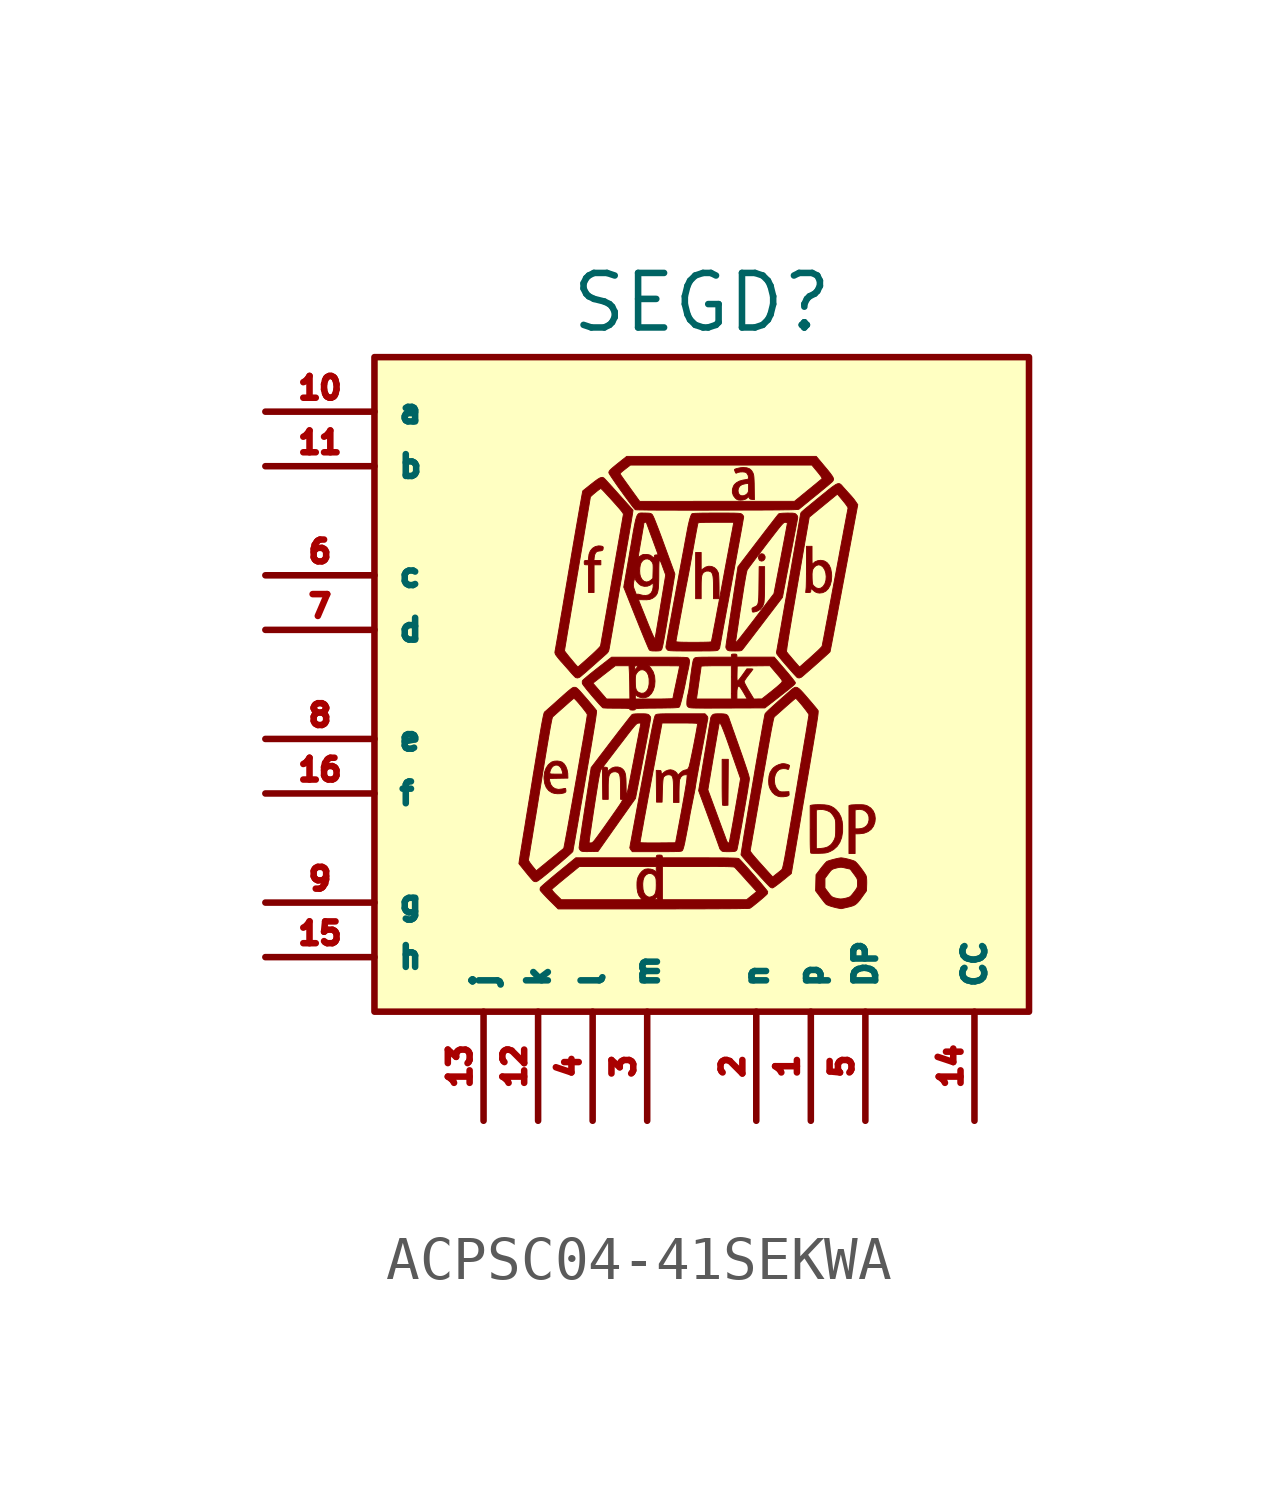
<source format=kicad_sym>
(kicad_symbol_lib
  (version 20241209)
  (generator "kicad_symbol_editor")
  (generator_version "9.0")
  (symbol "ACPSC04-41SEKWA"
    (property "Reference" "SEGD"
      (at 0 8.89 0)
      (effects (font (size 1.27 1.27))))
    (property "Value" ""
      (at 0 0 0)
      (effects (font (size 1.27 1.27))))
    (symbol "ACPSC04-41SEKWA_0_0"
      (polyline (pts (xy -3.81 -4.572) (xy -3.795 -4.561) (xy -3.751 -4.528) (xy -3.693 -4.483) (xy -3.624 -4.427) (xy -3.548 -4.365) (xy -3.466 -4.297) (xy -3.383 -4.227) (xy -3.301 -4.158) (xy -3.223 -4.091) (xy -3.152 -4.03) (xy -3.092 -3.977) (xy -3.044 -3.934) (xy -3.013 -3.904) (xy -3.001 -3.889) (xy -3 -3.886) (xy -2.995 -3.858) (xy -2.986 -3.804) (xy -2.972 -3.726) (xy -2.954 -3.626) (xy -2.933 -3.506) (xy -2.909 -3.367) (xy -2.882 -3.212) (xy -2.853 -3.042) (xy -2.821 -2.858) (xy -2.787 -2.664) (xy -2.751 -2.46) (xy -2.715 -2.249) (xy -2.671 -1.995) (xy -2.631 -1.764) (xy -2.595 -1.558) (xy -2.564 -1.376) (xy -2.538 -1.217) (xy -2.515 -1.08) (xy -2.496 -0.963) (xy -2.48 -0.866) (xy -2.468 -0.786) (xy -2.459 -0.723) (xy -2.453 -0.675) (xy -2.45 -0.641) (xy -2.449 -0.62) (xy -2.451 -0.61) (xy -2.457 -0.601) (xy -2.48 -0.571) (xy -2.518 -0.525) (xy -2.567 -0.466) (xy -2.624 -0.398) (xy -2.688 -0.324) (xy -2.749 -0.254) (xy -2.806 -0.189) (xy -2.849 -0.141) (xy -2.882 -0.108) (xy -2.907 -0.086) (xy -2.926 -0.074) (xy -2.942 -0.069) (xy -2.959 -0.068) (xy -2.97 -0.068) (xy -2.982 -0.069) (xy -2.996 -0.073) (xy -3.013 -0.082) (xy -3.035 -0.097) (xy -3.064 -0.119) (xy -3.103 -0.151) (xy -3.153 -0.194) (xy -3.216 -0.249) (xy -3.294 -0.319) (xy -3.39 -0.405) (xy -3.505 -0.508) (xy -3.541 -0.54) (xy -3.59 -0.583) (xy -3.629 -0.618) (xy -3.654 -0.638) (xy -3.657 -0.641) (xy -3.662 -0.649) (xy -3.668 -0.66) (xy -3.674 -0.677) (xy -3.68 -0.701) (xy -3.688 -0.734) (xy -3.697 -0.777) (xy -3.708 -0.832) (xy -3.721 -0.9) (xy -3.736 -0.983) (xy -3.753 -1.082) (xy -3.773 -1.198) (xy -3.795 -1.334) (xy -3.821 -1.491) (xy -3.851 -1.67) (xy -3.884 -1.873) (xy -3.922 -2.1) (xy -3.963 -2.355) (xy -3.986 -2.497) (xy -4.021 -2.71) (xy -4.055 -2.915) (xy -4.087 -3.11) (xy -4.116 -3.293) (xy -4.144 -3.462) (xy -4.169 -3.616) (xy -4.191 -3.752) (xy -4.21 -3.869) (xy -4.226 -3.965) (xy -4.237 -4.039) (xy -4.244 -4.083) (xy -4.035 -4.083) (xy -4.034 -4.078) (xy -4.028 -4.048) (xy -4.019 -3.992) (xy -4.005 -3.912) (xy -3.989 -3.81) (xy -3.969 -3.688) (xy -3.945 -3.548) (xy -3.92 -3.391) (xy -3.892 -3.219) (xy -3.861 -3.034) (xy -3.829 -2.838) (xy -3.796 -2.632) (xy -3.761 -2.418) (xy -3.738 -2.279) (xy -3.699 -2.034) (xy -3.663 -1.816) (xy -3.631 -1.623) (xy -3.603 -1.453) (xy -3.578 -1.306) (xy -3.556 -1.179) (xy -3.538 -1.072) (xy -3.522 -0.983) (xy -3.508 -0.911) (xy -3.497 -0.854) (xy -3.488 -0.812) (xy -3.48 -0.782) (xy -3.474 -0.764) (xy -3.469 -0.756) (xy -3.466 -0.753) (xy -3.442 -0.732) (xy -3.402 -0.696) (xy -3.348 -0.648) (xy -3.285 -0.592) (xy -3.216 -0.531) (xy -3.191 -0.509) (xy -3.125 -0.451) (xy -3.068 -0.4) (xy -3.022 -0.36) (xy -2.99 -0.334) (xy -2.977 -0.323) (xy -2.968 -0.328) (xy -2.943 -0.351) (xy -2.907 -0.389) (xy -2.865 -0.437) (xy -2.819 -0.492) (xy -2.773 -0.548) (xy -2.731 -0.602) (xy -2.696 -0.648) (xy -2.673 -0.683) (xy -2.664 -0.702) (xy -2.665 -0.706) (xy -2.668 -0.736) (xy -2.677 -0.791) (xy -2.689 -0.868) (xy -2.705 -0.966) (xy -2.725 -1.082) (xy -2.747 -1.214) (xy -2.772 -1.36) (xy -2.8 -1.517) (xy -2.829 -1.684) (xy -2.859 -1.858) (xy -2.89 -2.037) (xy -2.922 -2.218) (xy -2.954 -2.4) (xy -2.986 -2.58) (xy -3.017 -2.756) (xy -3.048 -2.927) (xy -3.077 -3.089) (xy -3.104 -3.24) (xy -3.129 -3.378) (xy -3.152 -3.502) (xy -3.172 -3.608) (xy -3.188 -3.695) (xy -3.201 -3.761) (xy -3.209 -3.802) (xy -3.214 -3.818) (xy -3.217 -3.821) (xy -3.241 -3.841) (xy -3.282 -3.874) (xy -3.337 -3.919) (xy -3.402 -3.973) (xy -3.474 -4.031) (xy -3.495 -4.048) (xy -3.57 -4.109) (xy -3.642 -4.168) (xy -3.704 -4.219) (xy -3.754 -4.259) (xy -3.785 -4.285) (xy -3.852 -4.34) (xy -3.947 -4.223) (xy -3.968 -4.196) (xy -4.006 -4.144) (xy -4.029 -4.105) (xy -4.035 -4.083) (xy -4.244 -4.083) (xy -4.245 -4.088) (xy -4.248 -4.11) (xy -4.257 -4.174) (xy -4.099 -4.37) (xy -4.056 -4.423) (xy -4.006 -4.483) (xy -3.964 -4.532) (xy -3.933 -4.566) (xy -3.916 -4.581) (xy -3.894 -4.591) (xy -3.854 -4.594) (xy -3.81 -4.572)) (stroke (width 0.01) (type default)) (fill (type outline)))
      (polyline (pts (xy -3.277 -2.543) (xy -3.209 -2.528) (xy -3.181 -2.517) (xy -3.164 -2.499) (xy -3.162 -2.47) (xy -3.166 -2.44) (xy -3.171 -2.423) (xy -3.176 -2.422) (xy -3.204 -2.425) (xy -3.244 -2.434) (xy -3.248 -2.435) (xy -3.336 -2.445) (xy -3.411 -2.429) (xy -3.471 -2.392) (xy -3.515 -2.332) (xy -3.539 -2.253) (xy -3.548 -2.19) (xy -3.332 -2.186) (xy -3.116 -2.182) (xy -3.119 -2.091) (xy -3.119 -2.075) (xy -3.134 -1.992) (xy -3.162 -1.915) (xy -3.202 -1.853) (xy -3.25 -1.811) (xy -3.295 -1.794) (xy -3.362 -1.784) (xy -3.432 -1.788) (xy -3.489 -1.806) (xy -3.501 -1.812) (xy -3.571 -1.869) (xy -3.624 -1.947) (xy -3.658 -2.042) (xy -3.661 -2.06) (xy -3.539 -2.06) (xy -3.538 -2.052) (xy -3.526 -2.003) (xy -3.502 -1.952) (xy -3.473 -1.915) (xy -3.452 -1.899) (xy -3.399 -1.878) (xy -3.348 -1.883) (xy -3.303 -1.912) (xy -3.267 -1.963) (xy -3.244 -2.035) (xy -3.235 -2.089) (xy -3.387 -2.089) (xy -3.41 -2.089) (xy -3.47 -2.088) (xy -3.508 -2.086) (xy -3.528 -2.081) (xy -3.537 -2.072) (xy -3.539 -2.06) (xy -3.661 -2.06) (xy -3.672 -2.15) (xy -3.671 -2.203) (xy -3.655 -2.312) (xy -3.619 -2.402) (xy -3.563 -2.472) (xy -3.49 -2.52) (xy -3.431 -2.538) (xy -3.355 -2.546) (xy -3.277 -2.543)) (stroke (width 0.01) (type default)) (fill (type outline)))
      (polyline (pts (xy -2.847 0.164) (xy -2.843 0.166) (xy -2.817 0.186) (xy -2.77 0.226) (xy -2.701 0.284) (xy -2.613 0.362) (xy -2.504 0.458) (xy -2.375 0.573) (xy -2.225 0.706) (xy -2.202 0.728) (xy -2.177 0.759) (xy -2.162 0.797) (xy -2.151 0.851) (xy -2.147 0.873) (xy -2.138 0.923) (xy -2.126 0.997) (xy -2.109 1.094) (xy -2.088 1.212) (xy -2.065 1.347) (xy -2.038 1.5) (xy -2.009 1.667) (xy -1.978 1.847) (xy -1.945 2.037) (xy -1.911 2.236) (xy -1.875 2.441) (xy -1.843 2.628) (xy -1.808 2.826) (xy -1.775 3.015) (xy -1.745 3.194) (xy -1.716 3.359) (xy -1.69 3.51) (xy -1.667 3.644) (xy -1.647 3.76) (xy -1.631 3.855) (xy -1.619 3.927) (xy -1.611 3.976) (xy -1.608 3.998) (xy -1.6 4.056) (xy -1.926 4.42) (xy -1.984 4.485) (xy -2.058 4.567) (xy -2.125 4.642) (xy -2.183 4.705) (xy -2.228 4.754) (xy -2.26 4.788) (xy -2.275 4.802) (xy -2.287 4.811) (xy -2.311 4.82) (xy -2.34 4.818) (xy -2.376 4.804) (xy -2.424 4.775) (xy -2.486 4.73) (xy -2.566 4.668) (xy -2.615 4.629) (xy -2.674 4.582) (xy -2.721 4.544) (xy -2.754 4.518) (xy -2.769 4.506) (xy -2.769 4.504) (xy -2.775 4.481) (xy -2.784 4.432) (xy -2.798 4.358) (xy -2.815 4.261) (xy -2.836 4.144) (xy -2.86 4.007) (xy -2.887 3.852) (xy -2.917 3.681) (xy -2.949 3.495) (xy -2.983 3.297) (xy -3.019 3.088) (xy -3.056 2.869) (xy -3.095 2.642) (xy -3.106 2.577) (xy -3.144 2.352) (xy -3.181 2.135) (xy -3.216 1.928) (xy -3.249 1.732) (xy -3.281 1.55) (xy -3.309 1.382) (xy -3.335 1.23) (xy -3.358 1.097) (xy -3.378 0.984) (xy -3.394 0.892) (xy -3.406 0.823) (xy -3.413 0.784) (xy -3.195 0.784) (xy -3.192 0.8) (xy -3.186 0.843) (xy -3.174 0.911) (xy -3.159 1.001) (xy -3.141 1.113) (xy -3.119 1.245) (xy -3.093 1.395) (xy -3.065 1.561) (xy -3.035 1.742) (xy -3.002 1.935) (xy -2.968 2.14) (xy -2.931 2.354) (xy -2.894 2.576) (xy -2.893 2.578) (xy -2.856 2.799) (xy -2.82 3.013) (xy -2.785 3.217) (xy -2.752 3.41) (xy -2.722 3.591) (xy -2.694 3.756) (xy -2.669 3.905) (xy -2.647 4.037) (xy -2.628 4.148) (xy -2.613 4.238) (xy -2.602 4.305) (xy -2.595 4.347) (xy -2.593 4.362) (xy -2.587 4.37) (xy -2.564 4.393) (xy -2.528 4.425) (xy -2.484 4.462) (xy -2.439 4.499) (xy -2.397 4.531) (xy -2.365 4.554) (xy -2.349 4.562) (xy -2.349 4.562) (xy -2.336 4.551) (xy -2.306 4.522) (xy -2.263 4.477) (xy -2.209 4.418) (xy -2.146 4.35) (xy -2.077 4.274) (xy -2.008 4.197) (xy -1.942 4.123) (xy -1.893 4.065) (xy -1.858 4.021) (xy -1.836 3.99) (xy -1.825 3.969) (xy -1.824 3.955) (xy -1.827 3.939) (xy -1.835 3.896) (xy -1.847 3.829) (xy -1.862 3.739) (xy -1.882 3.628) (xy -1.904 3.498) (xy -1.93 3.351) (xy -1.958 3.189) (xy -1.989 3.013) (xy -2.021 2.827) (xy -2.055 2.63) (xy -2.09 2.427) (xy -2.123 2.235) (xy -2.157 2.038) (xy -2.19 1.851) (xy -2.22 1.675) (xy -2.249 1.512) (xy -2.275 1.364) (xy -2.297 1.233) (xy -2.317 1.12) (xy -2.333 1.029) (xy -2.345 0.96) (xy -2.353 0.915) (xy -2.356 0.897) (xy -2.362 0.888) (xy -2.386 0.86) (xy -2.427 0.817) (xy -2.481 0.764) (xy -2.547 0.702) (xy -2.621 0.635) (xy -2.671 0.59) (xy -2.738 0.531) (xy -2.796 0.48) (xy -2.841 0.44) (xy -2.871 0.415) (xy -2.882 0.406) (xy -2.891 0.413) (xy -2.916 0.439) (xy -2.951 0.479) (xy -2.993 0.529) (xy -3.039 0.585) (xy -3.086 0.641) (xy -3.128 0.693) (xy -3.163 0.738) (xy -3.186 0.769) (xy -3.195 0.784) (xy -3.413 0.784) (xy -3.414 0.78) (xy -3.417 0.762) (xy -3.419 0.739) (xy -3.408 0.703) (xy -3.393 0.679) (xy -3.361 0.637) (xy -3.322 0.588) (xy -3.281 0.54) (xy -3.244 0.5) (xy -3.242 0.498) (xy -3.219 0.472) (xy -3.183 0.431) (xy -3.138 0.38) (xy -3.088 0.323) (xy -3.078 0.311) (xy -3.03 0.256) (xy -2.988 0.21) (xy -2.956 0.177) (xy -2.939 0.162) (xy -2.93 0.157) (xy -2.89 0.149) (xy -2.847 0.164)) (stroke (width 0.01) (type default)) (fill (type outline)))
      (polyline (pts (xy -2.602 -3.892) (xy -2.414 -3.888) (xy -2.116 -3.465) (xy -2.07 -3.399) (xy -1.992 -3.29) (xy -1.916 -3.181) (xy -1.843 -3.079) (xy -1.777 -2.986) (xy -1.722 -2.908) (xy -1.68 -2.848) (xy -1.542 -2.655) (xy -1.365 -1.738) (xy -1.355 -1.683) (xy -1.324 -1.526) (xy -1.296 -1.378) (xy -1.27 -1.24) (xy -1.247 -1.116) (xy -1.227 -1.008) (xy -1.211 -0.918) (xy -1.198 -0.848) (xy -1.191 -0.802) (xy -1.188 -0.782) (xy -1.195 -0.752) (xy -1.226 -0.714) (xy -1.227 -0.712) (xy -1.247 -0.7) (xy -1.271 -0.692) (xy -1.306 -0.687) (xy -1.357 -0.684) (xy -1.431 -0.684) (xy -1.451 -0.684) (xy -1.536 -0.686) (xy -1.593 -0.692) (xy -1.622 -0.702) (xy -1.625 -0.706) (xy -1.646 -0.73) (xy -1.681 -0.774) (xy -1.729 -0.835) (xy -1.789 -0.912) (xy -1.859 -1.002) (xy -1.937 -1.102) (xy -2.021 -1.212) (xy -2.11 -1.328) (xy -2.564 -1.924) (xy -2.301 -1.924) (xy -1.913 -1.415) (xy -1.875 -1.366) (xy -1.789 -1.254) (xy -1.718 -1.161) (xy -1.66 -1.086) (xy -1.613 -1.028) (xy -1.577 -0.984) (xy -1.548 -0.951) (xy -1.526 -0.929) (xy -1.509 -0.915) (xy -1.495 -0.907) (xy -1.482 -0.903) (xy -1.469 -0.902) (xy -1.461 -0.901) (xy -1.43 -0.901) (xy -1.419 -0.909) (xy -1.422 -0.93) (xy -1.424 -0.941) (xy -1.431 -0.979) (xy -1.443 -1.04) (xy -1.46 -1.123) (xy -1.479 -1.224) (xy -1.502 -1.34) (xy -1.527 -1.47) (xy -1.554 -1.61) (xy -1.582 -1.758) (xy -1.602 -1.862) (xy -1.63 -2.004) (xy -1.655 -2.137) (xy -1.679 -2.256) (xy -1.7 -2.361) (xy -1.718 -2.447) (xy -1.732 -2.514) (xy -1.742 -2.557) (xy -1.747 -2.575) (xy -1.75 -2.576) (xy -1.754 -2.559) (xy -1.758 -2.515) (xy -1.76 -2.446) (xy -1.761 -2.354) (xy -1.762 -2.286) (xy -1.765 -2.192) (xy -1.772 -2.12) (xy -1.783 -2.066) (xy -1.8 -2.024) (xy -1.823 -1.991) (xy -1.854 -1.962) (xy -1.882 -1.944) (xy -1.95 -1.923) (xy -2.023 -1.924) (xy -2.092 -1.947) (xy -2.151 -1.991) (xy -2.191 -2.034) (xy -2.191 -1.984) (xy -2.191 -1.973) (xy -2.195 -1.945) (xy -2.211 -1.933) (xy -2.246 -1.928) (xy -2.301 -1.924) (xy -2.564 -1.924) (xy -2.574 -1.936) (xy -2.715 -2.847) (xy -2.722 -2.891) (xy -2.746 -3.049) (xy -2.769 -3.198) (xy -2.79 -3.336) (xy -2.808 -3.462) (xy -2.825 -3.571) (xy -2.838 -3.662) (xy -2.841 -3.688) (xy -2.623 -3.688) (xy -2.622 -3.676) (xy -2.618 -3.638) (xy -2.61 -3.577) (xy -2.599 -3.494) (xy -2.584 -3.393) (xy -2.567 -3.276) (xy -2.547 -3.145) (xy -2.526 -3.003) (xy -2.503 -2.853) (xy -2.477 -2.683) (xy -2.453 -2.53) (xy -2.432 -2.401) (xy -2.415 -2.294) (xy -2.4 -2.207) (xy -2.387 -2.138) (xy -2.377 -2.084) (xy -2.367 -2.044) (xy -2.359 -2.015) (xy -2.352 -1.995) (xy -2.344 -1.982) (xy -2.313 -1.938) (xy -2.309 -2.307) (xy -2.305 -2.676) (xy -2.241 -2.676) (xy -2.177 -2.676) (xy -2.177 -2.425) (xy -2.177 -2.347) (xy -2.174 -2.257) (xy -2.169 -2.189) (xy -2.16 -2.139) (xy -2.147 -2.103) (xy -2.128 -2.076) (xy -2.104 -2.055) (xy -2.07 -2.039) (xy -2.013 -2.032) (xy -1.96 -2.047) (xy -1.945 -2.056) (xy -1.925 -2.078) (xy -1.911 -2.11) (xy -1.901 -2.157) (xy -1.895 -2.221) (xy -1.891 -2.306) (xy -1.89 -2.417) (xy -1.89 -2.675) (xy -1.855 -2.679) (xy -1.851 -2.68) (xy -1.846 -2.684) (xy -1.845 -2.693) (xy -1.851 -2.708) (xy -1.864 -2.733) (xy -1.886 -2.769) (xy -1.918 -2.818) (xy -1.962 -2.882) (xy -2.018 -2.963) (xy -2.088 -3.063) (xy -2.174 -3.185) (xy -2.193 -3.212) (xy -2.276 -3.33) (xy -2.345 -3.426) (xy -2.402 -3.504) (xy -2.447 -3.565) (xy -2.482 -3.611) (xy -2.509 -3.645) (xy -2.53 -3.667) (xy -2.547 -3.681) (xy -2.56 -3.688) (xy -2.572 -3.691) (xy -2.605 -3.692) (xy -2.623 -3.688) (xy -2.841 -3.688) (xy -2.847 -3.732) (xy -2.853 -3.779) (xy -2.856 -3.801) (xy -2.85 -3.83) (xy -2.822 -3.869) (xy -2.816 -3.874) (xy -2.798 -3.883) (xy -2.773 -3.889) (xy -2.735 -3.892) (xy -2.68 -3.893) (xy -2.602 -3.892)) (stroke (width 0.01) (type default)) (fill (type outline)))
      (polyline (pts (xy -2.507 2.462) (xy -2.507 2.785) (xy -2.428 2.785) (xy -2.349 2.785) (xy -2.349 2.835) (xy -2.349 2.885) (xy -2.43 2.885) (xy -2.51 2.885) (xy -2.503 2.958) (xy -2.494 3.014) (xy -2.47 3.067) (xy -2.431 3.098) (xy -2.376 3.107) (xy -2.36 3.108) (xy -2.32 3.116) (xy -2.299 3.139) (xy -2.293 3.181) (xy -2.295 3.198) (xy -2.31 3.212) (xy -2.347 3.222) (xy -2.405 3.225) (xy -2.48 3.208) (xy -2.544 3.168) (xy -2.593 3.108) (xy -2.624 3.031) (xy -2.636 2.939) (xy -2.636 2.929) (xy -2.639 2.899) (xy -2.653 2.887) (xy -2.686 2.885) (xy -2.69 2.885) (xy -2.721 2.882) (xy -2.734 2.869) (xy -2.736 2.835) (xy -2.736 2.831) (xy -2.733 2.8) (xy -2.72 2.787) (xy -2.686 2.785) (xy -2.636 2.785) (xy -2.636 2.462) (xy -2.636 2.14) (xy -2.571 2.14) (xy -2.507 2.14) (xy -2.507 2.462)) (stroke (width 0.01) (type default)) (fill (type outline)))
      (polyline (pts (xy -1.586 -0.597) (xy -1.555 -0.591) (xy -1.546 -0.577) (xy -1.545 -0.573) (xy -1.537 -0.568) (xy -1.518 -0.564) (xy -1.487 -0.561) (xy -1.44 -0.558) (xy -1.375 -0.556) (xy -1.289 -0.554) (xy -1.18 -0.553) (xy -1.045 -0.552) (xy -0.931 -0.551) (xy -0.818 -0.549) (xy -0.728 -0.548) (xy -0.658 -0.546) (xy -0.607 -0.543) (xy -0.57 -0.54) (xy -0.545 -0.536) (xy -0.53 -0.531) (xy -0.521 -0.525) (xy -0.517 -0.519) (xy -0.505 -0.487) (xy -0.489 -0.434) (xy -0.47 -0.364) (xy -0.449 -0.281) (xy -0.428 -0.19) (xy -0.407 -0.096) (xy -0.387 -0.002) (xy -0.37 0.086) (xy -0.363 0.121) (xy -0.35 0.182) (xy -0.335 0.255) (xy -0.319 0.329) (xy -0.309 0.373) (xy -0.294 0.453) (xy -0.286 0.512) (xy -0.286 0.555) (xy -0.294 0.586) (xy -0.309 0.609) (xy -0.314 0.613) (xy -0.322 0.618) (xy -0.335 0.622) (xy -0.356 0.625) (xy -0.385 0.628) (xy -0.427 0.63) (xy -0.481 0.631) (xy -0.552 0.633) (xy -0.64 0.633) (xy -0.748 0.634) (xy -0.879 0.634) (xy -1.034 0.634) (xy -1.215 0.634) (xy -2.098 0.634) (xy -2.428 0.377) (xy -2.447 0.362) (xy -2.531 0.296) (xy -2.607 0.235) (xy -2.672 0.181) (xy -2.724 0.137) (xy -2.759 0.106) (xy -2.774 0.089) (xy -2.782 0.066) (xy -2.78 0.029) (xy -2.533 0.029) (xy -2.273 0.232) (xy -2.012 0.434) (xy -1.853 0.434) (xy -1.693 0.434) (xy -1.69 0.38) (xy -1.564 0.38) (xy -1.563 0.413) (xy -1.545 0.432) (xy -1.505 0.432) (xy -1.498 0.43) (xy -1.487 0.424) (xy -1.493 0.41) (xy -1.517 0.382) (xy -1.558 0.337) (xy -1.564 0.38) (xy -1.69 0.38) (xy -1.685 0.287) (xy -1.684 0.262) (xy -1.681 0.185) (xy -1.679 0.093) (xy -1.678 0.066) (xy -1.546 0.066) (xy -1.546 0.121) (xy -1.544 0.174) (xy -1.538 0.21) (xy -1.529 0.238) (xy -1.514 0.263) (xy -1.477 0.307) (xy -1.425 0.338) (xy -1.368 0.341) (xy -1.318 0.321) (xy -1.273 0.276) (xy -1.241 0.21) (xy -1.225 0.127) (xy -1.224 0.028) (xy -1.228 -0.013) (xy -1.244 -0.085) (xy -1.271 -0.139) (xy -1.311 -0.181) (xy -1.345 -0.201) (xy -1.402 -0.208) (xy -1.464 -0.189) (xy -1.495 -0.167) (xy -1.52 -0.134) (xy -1.536 -0.087) (xy -1.544 -0.023) (xy -1.546 0.066) (xy -1.678 0.066) (xy -1.677 -0.005) (xy -1.676 -0.1) (xy -1.673 -0.34) (xy -1.546 -0.34) (xy -1.546 -0.279) (xy -1.544 -0.245) (xy -1.54 -0.233) (xy -1.531 -0.243) (xy -1.497 -0.277) (xy -1.444 -0.299) (xy -1.381 -0.31) (xy -1.317 -0.308) (xy -1.261 -0.29) (xy -1.232 -0.273) (xy -1.171 -0.213) (xy -1.126 -0.133) (xy -1.097 -0.035) (xy -1.088 0.076) (xy -1.097 0.189) (xy -1.129 0.29) (xy -1.182 0.374) (xy -1.233 0.434) (xy -0.874 0.434) (xy -0.793 0.434) (xy -0.703 0.433) (xy -0.626 0.433) (xy -0.567 0.432) (xy -0.528 0.431) (xy -0.514 0.429) (xy -0.515 0.425) (xy -0.521 0.396) (xy -0.531 0.347) (xy -0.544 0.281) (xy -0.561 0.202) (xy -0.579 0.116) (xy -0.598 0.026) (xy -0.617 -0.063) (xy -0.635 -0.146) (xy -0.635 -0.149) (xy -0.65 -0.216) (xy -0.661 -0.272) (xy -0.669 -0.312) (xy -0.672 -0.329) (xy -0.674 -0.33) (xy -0.699 -0.333) (xy -0.747 -0.335) (xy -0.816 -0.337) (xy -0.902 -0.339) (xy -1 -0.34) (xy -1.109 -0.34) (xy -1.546 -0.34) (xy -1.673 -0.34) (xy -1.944 -0.34) (xy -2.216 -0.34) (xy -2.375 -0.155) (xy -2.533 0.029) (xy -2.78 0.029) (xy -2.779 0.018) (xy -2.775 0.011) (xy -2.755 -0.02) (xy -2.72 -0.065) (xy -2.675 -0.123) (xy -2.621 -0.188) (xy -2.563 -0.257) (xy -2.504 -0.326) (xy -2.446 -0.392) (xy -2.394 -0.451) (xy -2.349 -0.499) (xy -2.317 -0.532) (xy -2.299 -0.546) (xy -2.296 -0.547) (xy -2.268 -0.549) (xy -2.217 -0.552) (xy -2.148 -0.553) (xy -2.066 -0.554) (xy -1.975 -0.555) (xy -1.902 -0.555) (xy -1.818 -0.556) (xy -1.758 -0.557) (xy -1.717 -0.56) (xy -1.691 -0.564) (xy -1.679 -0.569) (xy -1.675 -0.576) (xy -1.673 -0.586) (xy -1.653 -0.595) (xy -1.611 -0.598) (xy -1.586 -0.597)) (stroke (width 0.01) (type default)) (fill (type outline)))
      (polyline (pts (xy -1.125 -5.228) (xy -1.067 -5.228) (xy -0.737 -5.228) (xy -0.437 -5.227) (xy -0.164 -5.227) (xy 0.082 -5.226) (xy 0.3 -5.225) (xy 0.492 -5.224) (xy 0.658 -5.223) (xy 0.798 -5.222) (xy 0.912 -5.22) (xy 1.001 -5.218) (xy 1.066 -5.217) (xy 1.106 -5.215) (xy 1.122 -5.212) (xy 1.131 -5.207) (xy 1.164 -5.184) (xy 1.21 -5.149) (xy 1.264 -5.105) (xy 1.324 -5.057) (xy 1.382 -5.008) (xy 1.437 -4.961) (xy 1.482 -4.921) (xy 1.513 -4.892) (xy 1.527 -4.876) (xy 1.531 -4.862) (xy 1.536 -4.825) (xy 1.53 -4.816) (xy 1.509 -4.787) (xy 1.472 -4.742) (xy 1.424 -4.684) (xy 1.367 -4.616) (xy 1.302 -4.541) (xy 1.234 -4.462) (xy 1.164 -4.383) (xy 1.096 -4.305) (xy 1.031 -4.233) (xy 0.973 -4.169) (xy 0.924 -4.116) (xy 0.887 -4.077) (xy 0.865 -4.056) (xy 0.864 -4.056) (xy 0.853 -4.052) (xy 0.829 -4.049) (xy 0.791 -4.046) (xy 0.736 -4.044) (xy 0.663 -4.042) (xy 0.57 -4.04) (xy 0.455 -4.039) (xy 0.317 -4.039) (xy 0.154 -4.038) (xy -0.036 -4.038) (xy -0.914 -4.038) (xy -0.918 -4.006) (xy -0.919 -4.002) (xy -0.926 -3.984) (xy -0.947 -3.975) (xy -0.987 -3.974) (xy -0.994 -3.974) (xy -1.032 -3.976) (xy -1.05 -3.986) (xy -1.056 -4.006) (xy -1.061 -4.038) (xy -1.997 -4.038) (xy -2.933 -4.038) (xy -3.336 -4.368) (xy -3.425 -4.441) (xy -3.512 -4.514) (xy -3.589 -4.579) (xy -3.655 -4.636) (xy -3.706 -4.681) (xy -3.74 -4.712) (xy -3.755 -4.728) (xy -3.762 -4.751) (xy -3.763 -4.772) (xy -3.49 -4.772) (xy -3.489 -4.771) (xy -3.473 -4.755) (xy -3.437 -4.724) (xy -3.385 -4.68) (xy -3.321 -4.626) (xy -3.246 -4.564) (xy -3.164 -4.497) (xy -2.848 -4.239) (xy -1.954 -4.239) (xy -1.059 -4.239) (xy -1.059 -4.306) (xy -1.059 -4.373) (xy -1.094 -4.34) (xy -1.131 -4.318) (xy -1.188 -4.301) (xy -1.251 -4.295) (xy -1.309 -4.302) (xy -1.338 -4.313) (xy -1.39 -4.351) (xy -1.438 -4.406) (xy -1.475 -4.472) (xy -1.488 -4.503) (xy -1.5 -4.549) (xy -1.507 -4.603) (xy -1.508 -4.672) (xy -1.374 -4.672) (xy -1.373 -4.631) (xy -1.365 -4.558) (xy -1.346 -4.5) (xy -1.336 -4.48) (xy -1.294 -4.431) (xy -1.243 -4.405) (xy -1.188 -4.402) (xy -1.136 -4.422) (xy -1.091 -4.467) (xy -1.077 -4.491) (xy -1.068 -4.517) (xy -1.062 -4.551) (xy -1.06 -4.601) (xy -1.059 -4.626) (xy -0.916 -4.626) (xy -0.916 -4.24) (xy -0.087 -4.239) (xy 0.044 -4.239) (xy 0.209 -4.24) (xy 0.349 -4.24) (xy 0.466 -4.241) (xy 0.56 -4.242) (xy 0.634 -4.244) (xy 0.689 -4.247) (xy 0.728 -4.249) (xy 0.752 -4.253) (xy 0.763 -4.257) (xy 0.766 -4.259) (xy 0.786 -4.279) (xy 0.821 -4.317) (xy 0.867 -4.368) (xy 0.923 -4.429) (xy 0.984 -4.497) (xy 0.994 -4.508) (xy 1.056 -4.578) (xy 1.115 -4.644) (xy 1.167 -4.7) (xy 1.207 -4.744) (xy 1.231 -4.771) (xy 1.28 -4.823) (xy 1.163 -4.918) (xy 1.045 -5.013) (xy 0.065 -5.013) (xy -0.916 -5.013) (xy -0.916 -4.626) (xy -1.059 -4.626) (xy -1.059 -4.673) (xy -1.059 -4.679) (xy -1.062 -4.771) (xy -1.073 -4.838) (xy -1.092 -4.887) (xy -1.121 -4.919) (xy -1.162 -4.94) (xy -1.181 -4.946) (xy -1.216 -4.954) (xy -1.246 -4.948) (xy -1.282 -4.928) (xy -1.31 -4.907) (xy -1.346 -4.852) (xy -1.367 -4.774) (xy -1.374 -4.672) (xy -1.508 -4.672) (xy -1.508 -4.676) (xy -1.506 -4.746) (xy -1.492 -4.84) (xy -1.464 -4.914) (xy -1.421 -4.973) (xy -1.391 -5.005) (xy -1.097 -5.005) (xy -1.081 -4.984) (xy -1.058 -4.967) (xy -1.038 -4.968) (xy -1.03 -4.992) (xy -1.038 -5.006) (xy -1.068 -5.013) (xy -1.091 -5.012) (xy -1.097 -5.005) (xy -1.391 -5.005) (xy -1.383 -5.013) (xy -2.327 -5.013) (xy -3.27 -5.013) (xy -3.385 -4.9) (xy -3.423 -4.862) (xy -3.461 -4.819) (xy -3.485 -4.788) (xy -3.49 -4.772) (xy -3.763 -4.772) (xy -3.763 -4.788) (xy -3.762 -4.79) (xy -3.747 -4.813) (xy -3.714 -4.851) (xy -3.668 -4.901) (xy -3.612 -4.96) (xy -3.549 -5.024) (xy -3.343 -5.228) (xy -1.125 -5.228)) (stroke (width 0.01) (type default)) (fill (type outline)))
      (polyline (pts (xy -1.052 0.778) (xy -1.002 0.78) (xy -0.97 0.785) (xy -0.95 0.795) (xy -0.935 0.811) (xy -0.93 0.82) (xy -0.922 0.844) (xy -0.912 0.882) (xy -0.9 0.937) (xy -0.886 1.01) (xy -0.869 1.103) (xy -0.849 1.217) (xy -0.825 1.355) (xy -0.798 1.518) (xy -0.767 1.707) (xy -0.625 2.57) (xy -0.873 3.247) (xy -0.933 3.412) (xy -0.987 3.557) (xy -1.033 3.677) (xy -1.071 3.774) (xy -1.101 3.85) (xy -1.125 3.904) (xy -1.143 3.939) (xy -1.155 3.957) (xy -1.167 3.967) (xy -1.188 3.978) (xy -1.216 3.985) (xy -1.259 3.988) (xy -1.324 3.989) (xy -1.325 3.989) (xy -1.365 3.99) (xy -1.398 3.991) (xy -1.426 3.99) (xy -1.45 3.985) (xy -1.472 3.974) (xy -1.49 3.955) (xy -1.507 3.926) (xy -1.522 3.886) (xy -1.538 3.831) (xy -1.554 3.76) (xy -1.572 3.671) (xy -1.592 3.562) (xy -1.615 3.431) (xy -1.641 3.276) (xy -1.673 3.095) (xy -1.696 2.957) (xy -1.48 2.957) (xy -1.478 2.974) (xy -1.472 3.014) (xy -1.462 3.076) (xy -1.448 3.154) (xy -1.433 3.246) (xy -1.415 3.348) (xy -1.413 3.356) (xy -1.396 3.458) (xy -1.38 3.551) (xy -1.366 3.632) (xy -1.355 3.695) (xy -1.349 3.738) (xy -1.346 3.756) (xy -1.341 3.764) (xy -1.321 3.773) (xy -1.299 3.776) (xy -1.288 3.769) (xy -1.288 3.769) (xy -1.283 3.753) (xy -1.269 3.713) (xy -1.247 3.655) (xy -1.22 3.58) (xy -1.188 3.492) (xy -1.152 3.395) (xy -1.149 3.388) (xy -1.114 3.291) (xy -1.082 3.204) (xy -1.055 3.13) (xy -1.034 3.073) (xy -1.021 3.035) (xy -1.016 3.02) (xy -1.016 3.02) (xy -1.029 3.016) (xy -1.059 3.014) (xy -1.069 3.014) (xy -1.095 3.007) (xy -1.102 2.986) (xy -1.102 2.981) (xy -1.11 2.955) (xy -1.131 2.956) (xy -1.163 2.982) (xy -1.192 3.005) (xy -1.229 3.018) (xy -1.284 3.025) (xy -1.304 3.026) (xy -1.35 3.026) (xy -1.385 3.016) (xy -1.421 2.994) (xy -1.438 2.983) (xy -1.467 2.964) (xy -1.48 2.957) (xy -1.48 2.957) (xy -1.696 2.957) (xy -1.751 2.642) (xy -1.445 2.642) (xy -1.441 2.718) (xy -1.429 2.787) (xy -1.41 2.838) (xy -1.367 2.89) (xy -1.315 2.918) (xy -1.26 2.922) (xy -1.207 2.902) (xy -1.162 2.856) (xy -1.154 2.844) (xy -1.143 2.822) (xy -1.135 2.796) (xy -1.132 2.761) (xy -1.131 2.71) (xy -1.133 2.637) (xy -1.138 2.467) (xy -1.185 2.425) (xy -1.235 2.393) (xy -1.291 2.384) (xy -1.344 2.4) (xy -1.39 2.441) (xy -1.425 2.505) (xy -1.426 2.507) (xy -1.44 2.568) (xy -1.445 2.642) (xy -1.751 2.642) (xy -1.806 2.325) (xy -1.592 2.325) (xy -1.585 2.38) (xy -1.576 2.423) (xy -1.566 2.457) (xy -1.558 2.47) (xy -1.554 2.469) (xy -1.546 2.453) (xy -1.545 2.444) (xy -1.528 2.413) (xy -1.498 2.375) (xy -1.462 2.338) (xy -1.426 2.311) (xy -1.403 2.299) (xy -1.335 2.283) (xy -1.265 2.287) (xy -1.2 2.312) (xy -1.149 2.354) (xy -1.143 2.36) (xy -1.136 2.358) (xy -1.132 2.336) (xy -1.131 2.289) (xy -1.131 2.271) (xy -1.145 2.191) (xy -1.179 2.128) (xy -1.231 2.087) (xy -1.242 2.082) (xy -1.3 2.071) (xy -1.369 2.073) (xy -1.438 2.09) (xy -1.461 2.097) (xy -1.491 2.102) (xy -1.506 2.093) (xy -1.516 2.089) (xy -1.53 2.112) (xy -1.536 2.128) (xy -1.553 2.17) (xy -1.572 2.219) (xy -1.581 2.244) (xy -1.591 2.284) (xy -1.592 2.325) (xy -1.806 2.325) (xy -1.816 2.265) (xy -1.696 1.963) (xy -1.47 1.963) (xy -1.46 1.97) (xy -1.425 1.973) (xy -1.363 1.971) (xy -1.284 1.97) (xy -1.21 1.979) (xy -1.149 2.003) (xy -1.094 2.042) (xy -1.073 2.063) (xy -1.05 2.093) (xy -1.032 2.129) (xy -1.02 2.176) (xy -1.01 2.237) (xy -1.005 2.316) (xy -1.001 2.415) (xy -1 2.54) (xy -1 2.598) (xy -0.999 2.708) (xy -0.997 2.791) (xy -0.994 2.849) (xy -0.988 2.883) (xy -0.98 2.894) (xy -0.969 2.884) (xy -0.954 2.854) (xy -0.934 2.806) (xy -0.91 2.74) (xy -0.839 2.548) (xy -0.959 1.825) (xy -0.965 1.786) (xy -0.988 1.646) (xy -1.01 1.515) (xy -1.03 1.395) (xy -1.048 1.29) (xy -1.063 1.201) (xy -1.075 1.132) (xy -1.083 1.086) (xy -1.087 1.065) (xy -1.088 1.064) (xy -1.093 1.063) (xy -1.101 1.074) (xy -1.115 1.098) (xy -1.134 1.138) (xy -1.159 1.194) (xy -1.191 1.269) (xy -1.23 1.363) (xy -1.276 1.477) (xy -1.331 1.615) (xy -1.396 1.776) (xy -1.47 1.962) (xy -1.47 1.963) (xy -1.696 1.963) (xy -1.53 1.546) (xy -1.502 1.478) (xy -1.449 1.345) (xy -1.398 1.221) (xy -1.352 1.108) (xy -1.311 1.009) (xy -1.276 0.926) (xy -1.249 0.863) (xy -1.23 0.821) (xy -1.22 0.803) (xy -1.208 0.793) (xy -1.183 0.784) (xy -1.142 0.779) (xy -1.079 0.778) (xy -1.052 0.778)) (stroke (width 0.01) (type default)) (fill (type outline)))
      (polyline (pts (xy -0.844 -3.895) (xy -0.738 -3.894) (xy -0.655 -3.893) (xy -0.59 -3.892) (xy -0.542 -3.89) (xy -0.507 -3.888) (xy -0.483 -3.884) (xy -0.468 -3.88) (xy -0.458 -3.874) (xy -0.45 -3.867) (xy -0.443 -3.855) (xy -0.427 -3.813) (xy -0.41 -3.75) (xy -0.392 -3.67) (xy -0.383 -3.619) (xy -0.364 -3.525) (xy -0.346 -3.431) (xy -0.33 -3.35) (xy -0.322 -3.307) (xy -0.309 -3.237) (xy -0.298 -3.177) (xy -0.292 -3.136) (xy -0.285 -3.098) (xy -0.273 -3.027) (xy -0.254 -2.929) (xy -0.229 -2.805) (xy -0.199 -2.655) (xy -0.188 -2.601) (xy -0.168 -2.503) (xy -0.155 -2.432) (xy -0.148 -2.39) (xy -0.145 -2.367) (xy -0.137 -2.316) (xy -0.128 -2.261) (xy -0.117 -2.199) (xy -0.105 -2.126) (xy -0.089 -2.04) (xy -0.071 -1.938) (xy -0.048 -1.816) (xy -0.022 -1.673) (xy 0.01 -1.504) (xy 0.032 -1.387) (xy 0.056 -1.259) (xy 0.078 -1.14) (xy 0.098 -1.035) (xy 0.114 -0.945) (xy 0.127 -0.875) (xy 0.136 -0.826) (xy 0.141 -0.803) (xy 0.142 -0.788) (xy 0.137 -0.754) (xy 0.112 -0.721) (xy 0.075 -0.684) (xy -0.483 -0.684) (xy -0.491 -0.684) (xy -0.631 -0.684) (xy -0.746 -0.684) (xy -0.838 -0.685) (xy -0.909 -0.686) (xy -0.964 -0.688) (xy -1.004 -0.691) (xy -1.032 -0.694) (xy -1.051 -0.698) (xy -1.064 -0.704) (xy -1.074 -0.71) (xy -1.076 -0.712) (xy -1.081 -0.719) (xy -1.087 -0.731) (xy -1.094 -0.749) (xy -1.102 -0.775) (xy -1.111 -0.81) (xy -1.121 -0.856) (xy -1.134 -0.914) (xy -1.149 -0.987) (xy -1.167 -1.075) (xy -1.187 -1.181) (xy -1.211 -1.305) (xy -1.239 -1.449) (xy -1.27 -1.616) (xy -1.306 -1.806) (xy -1.346 -2.021) (xy -1.391 -2.262) (xy -1.394 -2.277) (xy -1.432 -2.482) (xy -1.468 -2.679) (xy -1.503 -2.866) (xy -1.535 -3.041) (xy -1.565 -3.203) (xy -1.592 -3.349) (xy -1.616 -3.478) (xy -1.636 -3.589) (xy -1.653 -3.678) (xy -1.654 -3.684) (xy -1.435 -3.684) (xy -1.435 -3.679) (xy -1.431 -3.65) (xy -1.422 -3.595) (xy -1.408 -3.518) (xy -1.391 -3.418) (xy -1.369 -3.3) (xy -1.345 -3.163) (xy -1.317 -3.012) (xy -1.286 -2.846) (xy -1.254 -2.668) (xy -1.219 -2.481) (xy -1.183 -2.286) (xy -0.924 -0.899) (xy -0.511 -0.899) (xy -0.511 -0.899) (xy -0.39 -0.899) (xy -0.295 -0.9) (xy -0.223 -0.901) (xy -0.17 -0.903) (xy -0.134 -0.905) (xy -0.113 -0.909) (xy -0.102 -0.914) (xy -0.099 -0.921) (xy -0.099 -0.927) (xy -0.103 -0.962) (xy -0.113 -1.02) (xy -0.126 -1.096) (xy -0.143 -1.186) (xy -0.162 -1.285) (xy -0.182 -1.39) (xy -0.203 -1.496) (xy -0.224 -1.599) (xy -0.244 -1.695) (xy -0.262 -1.78) (xy -0.278 -1.849) (xy -0.29 -1.898) (xy -0.297 -1.923) (xy -0.302 -1.932) (xy -0.321 -1.967) (xy -0.345 -1.984) (xy -0.384 -1.994) (xy -0.392 -1.995) (xy -0.446 -2.016) (xy -0.498 -2.059) (xy -0.554 -2.114) (xy -0.57 -2.08) (xy -0.581 -2.062) (xy -0.62 -2.026) (xy -0.673 -1.999) (xy -0.726 -1.988) (xy -0.779 -1.995) (xy -0.843 -2.02) (xy -0.893 -2.058) (xy -0.901 -2.067) (xy -0.926 -2.086) (xy -0.94 -2.079) (xy -0.944 -2.046) (xy -0.944 -2.036) (xy -0.949 -2.014) (xy -0.965 -2.004) (xy -1.002 -2.003) (xy -1.059 -2.003) (xy -1.056 -2.372) (xy -1.052 -2.741) (xy -0.987 -2.741) (xy -0.923 -2.741) (xy -0.916 -2.469) (xy -0.915 -2.452) (xy -0.911 -2.337) (xy -0.905 -2.252) (xy -0.898 -2.194) (xy -0.89 -2.164) (xy -0.882 -2.152) (xy -0.839 -2.116) (xy -0.782 -2.103) (xy -0.748 -2.105) (xy -0.718 -2.113) (xy -0.695 -2.131) (xy -0.679 -2.161) (xy -0.668 -2.208) (xy -0.661 -2.273) (xy -0.658 -2.361) (xy -0.658 -2.475) (xy -0.658 -2.748) (xy -0.593 -2.748) (xy -0.529 -2.748) (xy -0.529 -2.508) (xy -0.528 -2.453) (xy -0.526 -2.373) (xy -0.523 -2.303) (xy -0.519 -2.249) (xy -0.515 -2.219) (xy -0.513 -2.215) (xy -0.484 -2.155) (xy -0.441 -2.116) (xy -0.388 -2.103) (xy -0.338 -2.103) (xy -0.348 -2.221) (xy -0.352 -2.253) (xy -0.36 -2.314) (xy -0.374 -2.396) (xy -0.39 -2.496) (xy -0.41 -2.611) (xy -0.433 -2.738) (xy -0.457 -2.873) (xy -0.483 -3.013) (xy -0.609 -3.687) (xy -1.019 -3.691) (xy -1.042 -3.691) (xy -1.146 -3.691) (xy -1.239 -3.691) (xy -1.318 -3.69) (xy -1.38 -3.688) (xy -1.42 -3.686) (xy -1.435 -3.684) (xy -1.654 -3.684) (xy -1.665 -3.745) (xy -1.672 -3.787) (xy -1.675 -3.803) (xy -1.675 -3.804) (xy -1.666 -3.827) (xy -1.646 -3.857) (xy -1.616 -3.895) (xy -1.046 -3.895) (xy -0.974 -3.895) (xy -0.844 -3.895)) (stroke (width 0.01) (type default)) (fill (type outline)))
      (polyline (pts (xy -0.013 2.255) (xy -0.013 2.257) (xy -0.012 2.361) (xy -0.009 2.441) (xy -0.004 2.501) (xy 0.005 2.544) (xy 0.018 2.575) (xy 0.037 2.599) (xy 0.062 2.619) (xy 0.108 2.638) (xy 0.164 2.639) (xy 0.213 2.62) (xy 0.221 2.614) (xy 0.239 2.591) (xy 0.253 2.558) (xy 0.263 2.51) (xy 0.27 2.444) (xy 0.273 2.356) (xy 0.274 2.244) (xy 0.274 1.996) (xy 0.339 1.996) (xy 0.403 1.996) (xy 0.403 2.265) (xy 0.402 2.347) (xy 0.4 2.43) (xy 0.397 2.502) (xy 0.393 2.556) (xy 0.388 2.587) (xy 0.384 2.602) (xy 0.347 2.67) (xy 0.295 2.718) (xy 0.231 2.746) (xy 0.162 2.751) (xy 0.092 2.732) (xy 0.027 2.688) (xy -0.013 2.651) (xy -0.013 2.861) (xy -0.013 3.072) (xy -0.077 3.072) (xy -0.142 3.072) (xy -0.142 2.534) (xy -0.142 1.996) (xy -0.077 1.996) (xy -0.013 1.996) (xy -0.013 2.255)) (stroke (width 0.01) (type default)) (fill (type outline)))
      (polyline (pts (xy -0.003 0.778) (xy 0.102 0.779) (xy 0.185 0.779) (xy 0.249 0.781) (xy 0.297 0.783) (xy 0.331 0.785) (xy 0.354 0.789) (xy 0.37 0.794) (xy 0.381 0.8) (xy 0.389 0.807) (xy 0.408 0.83) (xy 0.417 0.848) (xy 0.42 0.864) (xy 0.427 0.905) (xy 0.44 0.972) (xy 0.456 1.06) (xy 0.476 1.17) (xy 0.499 1.299) (xy 0.526 1.445) (xy 0.556 1.606) (xy 0.588 1.78) (xy 0.623 1.966) (xy 0.659 2.162) (xy 0.697 2.366) (xy 0.734 2.567) (xy 0.77 2.763) (xy 0.805 2.95) (xy 0.837 3.126) (xy 0.867 3.289) (xy 0.894 3.436) (xy 0.918 3.567) (xy 0.938 3.679) (xy 0.954 3.77) (xy 0.966 3.838) (xy 0.974 3.882) (xy 0.977 3.9) (xy 0.977 3.901) (xy 0.965 3.93) (xy 0.939 3.959) (xy 0.934 3.963) (xy 0.923 3.97) (xy 0.909 3.975) (xy 0.889 3.98) (xy 0.861 3.983) (xy 0.821 3.985) (xy 0.766 3.987) (xy 0.694 3.988) (xy 0.602 3.989) (xy 0.487 3.989) (xy 0.347 3.989) (xy 0.235 3.989) (xy 0.104 3.988) (xy -0.001 3.987) (xy -0.084 3.985) (xy -0.146 3.983) (xy -0.19 3.98) (xy -0.217 3.976) (xy -0.229 3.971) (xy -0.238 3.959) (xy -0.256 3.919) (xy -0.276 3.859) (xy -0.296 3.783) (xy -0.316 3.696) (xy -0.335 3.602) (xy -0.34 3.571) (xy -0.351 3.514) (xy -0.366 3.433) (xy -0.385 3.331) (xy -0.407 3.209) (xy -0.433 3.07) (xy -0.462 2.916) (xy -0.493 2.75) (xy -0.526 2.573) (xy -0.56 2.388) (xy -0.596 2.197) (xy -0.597 2.188) (xy -0.632 2) (xy -0.666 1.819) (xy -0.697 1.648) (xy -0.726 1.489) (xy -0.753 1.343) (xy -0.776 1.213) (xy -0.796 1.101) (xy -0.812 1.009) (xy -0.814 0.999) (xy -0.6 0.999) (xy -0.6 0.999) (xy -0.598 1.017) (xy -0.59 1.06) (xy -0.579 1.123) (xy -0.564 1.205) (xy -0.547 1.3) (xy -0.527 1.407) (xy -0.507 1.52) (xy -0.485 1.638) (xy -0.463 1.756) (xy -0.442 1.87) (xy -0.422 1.978) (xy -0.403 2.077) (xy -0.387 2.161) (xy -0.374 2.229) (xy -0.365 2.276) (xy -0.353 2.336) (xy -0.334 2.432) (xy -0.312 2.547) (xy -0.286 2.685) (xy -0.257 2.846) (xy -0.223 3.031) (xy -0.184 3.244) (xy -0.169 3.329) (xy -0.149 3.438) (xy -0.131 3.536) (xy -0.115 3.619) (xy -0.103 3.685) (xy -0.094 3.729) (xy -0.09 3.749) (xy -0.088 3.753) (xy -0.082 3.76) (xy -0.068 3.764) (xy -0.044 3.768) (xy -0.008 3.771) (xy 0.045 3.772) (xy 0.117 3.773) (xy 0.212 3.774) (xy 0.333 3.774) (xy 0.748 3.774) (xy 0.74 3.742) (xy 0.74 3.738) (xy 0.734 3.711) (xy 0.724 3.657) (xy 0.71 3.58) (xy 0.691 3.482) (xy 0.669 3.364) (xy 0.644 3.228) (xy 0.616 3.077) (xy 0.585 2.913) (xy 0.552 2.737) (xy 0.518 2.551) (xy 0.482 2.357) (xy 0.469 2.286) (xy 0.433 2.095) (xy 0.4 1.914) (xy 0.367 1.743) (xy 0.338 1.585) (xy 0.311 1.441) (xy 0.286 1.313) (xy 0.266 1.204) (xy 0.249 1.116) (xy 0.236 1.05) (xy 0.227 1.008) (xy 0.223 0.992) (xy 0.223 0.992) (xy 0.206 0.989) (xy 0.164 0.985) (xy 0.099 0.983) (xy 0.016 0.981) (xy -0.082 0.98) (xy -0.193 0.98) (xy -0.299 0.98) (xy -0.402 0.981) (xy -0.48 0.983) (xy -0.536 0.986) (xy -0.573 0.989) (xy -0.594 0.993) (xy -0.6 0.999) (xy -0.814 0.999) (xy -0.824 0.938) (xy -0.832 0.892) (xy -0.834 0.872) (xy -0.829 0.843) (xy -0.801 0.804) (xy -0.801 0.804) (xy -0.791 0.797) (xy -0.777 0.792) (xy -0.758 0.788) (xy -0.728 0.784) (xy -0.687 0.782) (xy -0.631 0.78) (xy -0.558 0.779) (xy -0.464 0.778) (xy -0.347 0.778) (xy -0.204 0.778) (xy -0.132 0.778) (xy -0.003 0.778)) (stroke (width 0.01) (type default)) (fill (type outline)))
      (polyline (pts (xy 0.054 4.056) (xy 0.361 4.057) (xy 0.413 4.057) (xy 0.684 4.058) (xy 0.929 4.058) (xy 1.148 4.059) (xy 1.342 4.059) (xy 1.514 4.06) (xy 1.663 4.061) (xy 1.793 4.062) (xy 1.903 4.064) (xy 1.996 4.065) (xy 2.072 4.066) (xy 2.134 4.068) (xy 2.182 4.07) (xy 2.218 4.072) (xy 2.243 4.074) (xy 2.258 4.077) (xy 2.265 4.08) (xy 2.273 4.086) (xy 2.301 4.11) (xy 2.348 4.148) (xy 2.409 4.198) (xy 2.482 4.257) (xy 2.565 4.325) (xy 2.654 4.397) (xy 2.708 4.441) (xy 2.793 4.511) (xy 2.871 4.575) (xy 2.938 4.631) (xy 2.991 4.676) (xy 3.027 4.707) (xy 3.044 4.723) (xy 3.058 4.742) (xy 3.068 4.764) (xy 3.068 4.789) (xy 3.057 4.821) (xy 3.032 4.861) (xy 2.994 4.914) (xy 2.94 4.982) (xy 2.868 5.068) (xy 2.667 5.308) (xy 0.459 5.308) (xy -1.748 5.308) (xy -1.931 5.163) (xy -1.931 5.162) (xy -2.01 5.099) (xy -2.068 5.051) (xy -2.11 5.014) (xy -2.137 4.987) (xy -2.153 4.965) (xy -2.161 4.946) (xy -2.163 4.928) (xy -2.163 4.927) (xy -2.152 4.905) (xy -2.15 4.902) (xy -1.9 4.902) (xy -1.895 4.914) (xy -1.879 4.933) (xy -1.847 4.961) (xy -1.798 5) (xy -1.729 5.054) (xy -1.66 5.106) (xy 0.452 5.106) (xy 2.564 5.106) (xy 2.689 4.955) (xy 2.734 4.9) (xy 2.776 4.844) (xy 2.798 4.807) (xy 2.801 4.79) (xy 2.8 4.789) (xy 2.783 4.774) (xy 2.747 4.744) (xy 2.695 4.701) (xy 2.63 4.647) (xy 2.555 4.586) (xy 2.473 4.519) (xy 2.159 4.262) (xy 0.358 4.262) (xy -1.444 4.261) (xy -1.668 4.571) (xy -1.726 4.652) (xy -1.781 4.728) (xy -1.828 4.794) (xy -1.865 4.847) (xy -1.889 4.882) (xy -1.899 4.898) (xy -1.9 4.902) (xy -2.15 4.902) (xy -2.127 4.864) (xy -2.09 4.808) (xy -2.042 4.738) (xy -1.988 4.659) (xy -1.928 4.574) (xy -1.865 4.487) (xy -1.802 4.399) (xy -1.741 4.316) (xy -1.684 4.239) (xy -1.634 4.173) (xy -1.593 4.12) (xy -1.562 4.084) (xy -1.546 4.068) (xy -1.539 4.066) (xy -1.504 4.064) (xy -1.44 4.062) (xy -1.349 4.061) (xy -1.23 4.059) (xy -1.083 4.058) (xy -0.91 4.057) (xy -0.709 4.057) (xy -0.481 4.056) (xy -0.226 4.056) (xy 0.054 4.056)) (stroke (width 0.01) (type default)) (fill (type outline)))
      (polyline (pts (xy 0.263 -0.552) (xy 0.416 -0.552) (xy 0.597 -0.551) (xy 1.471 -0.548) (xy 1.801 -0.291) (xy 1.857 -0.247) (xy 1.949 -0.175) (xy 2.022 -0.118) (xy 2.077 -0.073) (xy 2.118 -0.039) (xy 2.147 -0.014) (xy 2.165 0.005) (xy 2.175 0.019) (xy 2.18 0.03) (xy 2.18 0.04) (xy 2.173 0.054) (xy 2.148 0.088) (xy 2.11 0.138) (xy 2.06 0.2) (xy 2.001 0.271) (xy 1.935 0.348) (xy 1.689 0.635) (xy 1.254 0.635) (xy 0.819 0.635) (xy 0.819 0.671) (xy 0.819 0.68) (xy 0.813 0.698) (xy 0.794 0.705) (xy 0.754 0.707) (xy 0.737 0.706) (xy 0.706 0.703) (xy 0.693 0.693) (xy 0.69 0.671) (xy 0.69 0.635) (xy 0.276 0.635) (xy 0.237 0.635) (xy 0.124 0.634) (xy 0.035 0.634) (xy -0.033 0.632) (xy -0.083 0.63) (xy -0.118 0.627) (xy -0.142 0.623) (xy -0.158 0.617) (xy -0.169 0.61) (xy -0.171 0.609) (xy -0.184 0.593) (xy -0.195 0.568) (xy -0.205 0.53) (xy -0.216 0.472) (xy -0.229 0.391) (xy -0.229 0.391) (xy -0.241 0.307) (xy -0.253 0.221) (xy -0.263 0.143) (xy -0.271 0.083) (xy -0.273 0.058) (xy -0.287 -0.046) (xy -0.301 -0.137) (xy -0.315 -0.211) (xy -0.328 -0.261) (xy -0.335 -0.292) (xy -0.341 -0.34) (xy -0.122 -0.34) (xy -0.068 0.036) (xy -0.054 0.134) (xy -0.041 0.225) (xy -0.029 0.304) (xy -0.021 0.366) (xy -0.015 0.407) (xy -0.013 0.423) (xy -0.005 0.426) (xy 0.028 0.428) (xy 0.082 0.431) (xy 0.155 0.432) (xy 0.242 0.434) (xy 0.339 0.434) (xy 0.69 0.434) (xy 0.69 0.174) (xy 0.821 0.174) (xy 0.822 0.25) (xy 0.826 0.427) (xy 1.206 0.431) (xy 1.587 0.435) (xy 1.736 0.26) (xy 1.781 0.207) (xy 1.824 0.156) (xy 1.851 0.12) (xy 1.867 0.096) (xy 1.873 0.078) (xy 1.871 0.064) (xy 1.864 0.049) (xy 1.863 0.048) (xy 1.844 0.026) (xy 1.806 -0.009) (xy 1.754 -0.055) (xy 1.691 -0.107) (xy 1.621 -0.164) (xy 1.399 -0.339) (xy 1.306 -0.339) (xy 1.213 -0.34) (xy 1.098 -0.15) (xy 1.077 -0.115) (xy 1.041 -0.05) (xy 1.012 0.004) (xy 0.993 0.045) (xy 0.987 0.066) (xy 0.995 0.083) (xy 1.017 0.119) (xy 1.05 0.167) (xy 1.091 0.22) (xy 1.127 0.266) (xy 1.161 0.31) (xy 1.183 0.341) (xy 1.192 0.355) (xy 1.187 0.357) (xy 1.162 0.361) (xy 1.121 0.362) (xy 1.051 0.362) (xy 0.953 0.224) (xy 0.914 0.171) (xy 0.879 0.125) (xy 0.851 0.092) (xy 0.836 0.079) (xy 0.831 0.08) (xy 0.825 0.092) (xy 0.822 0.122) (xy 0.821 0.174) (xy 0.69 0.174) (xy 0.69 0.047) (xy 0.69 -0.217) (xy 0.819 -0.217) (xy 0.821 -0.141) (xy 0.83 -0.083) (xy 0.845 -0.05) (xy 0.868 -0.039) (xy 0.868 -0.039) (xy 0.882 -0.051) (xy 0.907 -0.084) (xy 0.938 -0.131) (xy 0.973 -0.189) (xy 1.06 -0.34) (xy 0.939 -0.34) (xy 0.819 -0.34) (xy 0.819 -0.217) (xy 0.69 -0.217) (xy 0.69 -0.34) (xy 0.284 -0.34) (xy -0.122 -0.34) (xy -0.341 -0.34) (xy -0.342 -0.344) (xy -0.346 -0.402) (xy -0.346 -0.406) (xy -0.347 -0.457) (xy -0.343 -0.489) (xy -0.333 -0.509) (xy -0.314 -0.527) (xy -0.313 -0.527) (xy -0.305 -0.533) (xy -0.294 -0.538) (xy -0.279 -0.542) (xy -0.258 -0.545) (xy -0.228 -0.548) (xy -0.186 -0.55) (xy -0.132 -0.551) (xy -0.062 -0.552) (xy 0.026 -0.552) (xy 0.133 -0.553) (xy 0.263 -0.552)) (stroke (width 0.01) (type default)) (fill (type outline)))
      (polyline (pts (xy 0.553 -2.817) (xy 0.611 -2.813) (xy 0.615 -2.279) (xy 0.619 -1.745) (xy 0.547 -1.745) (xy 0.475 -1.745) (xy 0.475 -2.273) (xy 0.475 -2.277) (xy 0.475 -2.397) (xy 0.476 -2.508) (xy 0.477 -2.607) (xy 0.479 -2.689) (xy 0.481 -2.753) (xy 0.483 -2.795) (xy 0.485 -2.811) (xy 0.488 -2.813) (xy 0.514 -2.817) (xy 0.553 -2.817)) (stroke (width 0.01) (type default)) (fill (type outline)))
      (polyline (pts (xy 0.639 -3.895) (xy 0.709 -3.893) (xy 0.756 -3.89) (xy 0.787 -3.882) (xy 0.806 -3.869) (xy 0.82 -3.85) (xy 0.824 -3.834) (xy 0.833 -3.792) (xy 0.846 -3.728) (xy 0.862 -3.644) (xy 0.881 -3.544) (xy 0.901 -3.431) (xy 0.924 -3.309) (xy 0.947 -3.179) (xy 0.97 -3.046) (xy 0.994 -2.912) (xy 1.016 -2.781) (xy 1.038 -2.655) (xy 1.058 -2.539) (xy 1.075 -2.434) (xy 1.089 -2.344) (xy 1.101 -2.273) (xy 1.108 -2.222) (xy 1.11 -2.196) (xy 1.107 -2.173) (xy 1.095 -2.123) (xy 1.073 -2.05) (xy 1.041 -1.952) (xy 0.999 -1.828) (xy 0.948 -1.679) (xy 0.886 -1.503) (xy 0.846 -1.389) (xy 0.801 -1.263) (xy 0.76 -1.145) (xy 0.722 -1.04) (xy 0.691 -0.949) (xy 0.665 -0.877) (xy 0.647 -0.825) (xy 0.638 -0.797) (xy 0.63 -0.776) (xy 0.611 -0.735) (xy 0.586 -0.708) (xy 0.549 -0.693) (xy 0.494 -0.686) (xy 0.417 -0.684) (xy 0.384 -0.684) (xy 0.328 -0.686) (xy 0.291 -0.691) (xy 0.267 -0.699) (xy 0.248 -0.713) (xy 0.226 -0.741) (xy 0.21 -0.774) (xy 0.207 -0.79) (xy 0.2 -0.833) (xy 0.189 -0.899) (xy 0.174 -0.985) (xy 0.157 -1.09) (xy 0.137 -1.211) (xy 0.115 -1.345) (xy 0.091 -1.489) (xy 0.066 -1.641) (xy -0.069 -2.454) (xy 0.143 -2.454) (xy 0.272 -1.682) (xy 0.287 -1.598) (xy 0.31 -1.457) (xy 0.333 -1.327) (xy 0.353 -1.209) (xy 0.371 -1.107) (xy 0.386 -1.023) (xy 0.397 -0.959) (xy 0.405 -0.918) (xy 0.409 -0.903) (xy 0.41 -0.901) (xy 0.419 -0.899) (xy 0.43 -0.907) (xy 0.443 -0.926) (xy 0.46 -0.959) (xy 0.481 -1.008) (xy 0.507 -1.074) (xy 0.54 -1.16) (xy 0.579 -1.267) (xy 0.625 -1.397) (xy 0.679 -1.553) (xy 0.904 -2.196) (xy 0.777 -2.93) (xy 0.768 -2.981) (xy 0.744 -3.12) (xy 0.721 -3.25) (xy 0.7 -3.367) (xy 0.681 -3.47) (xy 0.665 -3.555) (xy 0.653 -3.62) (xy 0.644 -3.662) (xy 0.64 -3.679) (xy 0.624 -3.693) (xy 0.604 -3.684) (xy 0.583 -3.647) (xy 0.58 -3.639) (xy 0.566 -3.603) (xy 0.545 -3.545) (xy 0.516 -3.467) (xy 0.481 -3.374) (xy 0.442 -3.268) (xy 0.399 -3.151) (xy 0.354 -3.028) (xy 0.143 -2.454) (xy -0.069 -2.454) (xy -0.072 -2.475) (xy 0.173 -3.14) (xy 0.18 -3.161) (xy 0.228 -3.291) (xy 0.273 -3.413) (xy 0.313 -3.523) (xy 0.348 -3.62) (xy 0.377 -3.7) (xy 0.399 -3.762) (xy 0.413 -3.801) (xy 0.417 -3.817) (xy 0.417 -3.817) (xy 0.427 -3.835) (xy 0.449 -3.862) (xy 0.463 -3.875) (xy 0.482 -3.886) (xy 0.51 -3.892) (xy 0.554 -3.894) (xy 0.62 -3.895) (xy 0.639 -3.895)) (stroke (width 0.01) (type default)) (fill (type outline)))
      (polyline (pts (xy 0.845 0.779) (xy 0.888 0.781) (xy 0.916 0.787) (xy 0.934 0.796) (xy 0.949 0.81) (xy 0.952 0.814) (xy 0.971 0.838) (xy 1.005 0.882) (xy 1.052 0.944) (xy 1.111 1.02) (xy 1.18 1.11) (xy 1.257 1.211) (xy 1.341 1.32) (xy 1.428 1.435) (xy 1.88 2.027) (xy 1.915 2.216) (xy 1.915 2.216) (xy 1.925 2.269) (xy 1.94 2.346) (xy 1.958 2.443) (xy 1.98 2.558) (xy 2.005 2.686) (xy 2.031 2.824) (xy 2.059 2.968) (xy 2.088 3.115) (xy 2.093 3.142) (xy 2.12 3.281) (xy 2.145 3.412) (xy 2.168 3.532) (xy 2.189 3.639) (xy 2.206 3.728) (xy 2.22 3.799) (xy 2.229 3.847) (xy 2.233 3.87) (xy 2.235 3.885) (xy 2.23 3.919) (xy 2.204 3.952) (xy 2.19 3.966) (xy 2.173 3.977) (xy 2.151 3.983) (xy 2.116 3.987) (xy 2.065 3.988) (xy 1.991 3.989) (xy 1.958 3.988) (xy 1.875 3.985) (xy 1.82 3.979) (xy 1.793 3.971) (xy 1.789 3.967) (xy 1.769 3.943) (xy 1.734 3.899) (xy 1.686 3.838) (xy 1.627 3.761) (xy 1.557 3.671) (xy 1.48 3.571) (xy 1.396 3.461) (xy 1.307 3.345) (xy 0.843 2.737) (xy 0.702 1.819) (xy 0.694 1.767) (xy 0.67 1.61) (xy 0.647 1.461) (xy 0.627 1.323) (xy 0.608 1.199) (xy 0.592 1.091) (xy 0.579 1.001) (xy 0.578 0.996) (xy 0.79 0.996) (xy 0.791 1.006) (xy 0.796 1.042) (xy 0.805 1.102) (xy 0.817 1.183) (xy 0.832 1.283) (xy 0.849 1.399) (xy 0.868 1.528) (xy 0.889 1.669) (xy 0.912 1.817) (xy 0.932 1.948) (xy 0.961 2.131) (xy 0.985 2.286) (xy 1.007 2.414) (xy 1.025 2.516) (xy 1.039 2.591) (xy 1.051 2.64) (xy 1.059 2.665) (xy 1.07 2.682) (xy 1.098 2.72) (xy 1.139 2.776) (xy 1.193 2.848) (xy 1.257 2.933) (xy 1.329 3.029) (xy 1.408 3.132) (xy 1.491 3.242) (xy 1.528 3.29) (xy 1.617 3.406) (xy 1.691 3.502) (xy 1.751 3.579) (xy 1.8 3.641) (xy 1.838 3.688) (xy 1.868 3.722) (xy 1.891 3.746) (xy 1.909 3.761) (xy 1.923 3.769) (xy 1.935 3.773) (xy 1.947 3.774) (xy 1.947 3.774) (xy 1.981 3.769) (xy 1.994 3.756) (xy 1.992 3.744) (xy 1.986 3.706) (xy 1.974 3.645) (xy 1.959 3.562) (xy 1.94 3.462) (xy 1.918 3.345) (xy 1.893 3.215) (xy 1.866 3.074) (xy 1.838 2.925) (xy 1.681 2.112) (xy 1.257 1.557) (xy 1.25 1.547) (xy 1.165 1.437) (xy 1.086 1.334) (xy 1.013 1.24) (xy 0.949 1.158) (xy 0.895 1.089) (xy 0.853 1.037) (xy 0.824 1.003) (xy 0.811 0.989) (xy 0.798 0.985) (xy 0.79 0.996) (xy 0.578 0.996) (xy 0.569 0.933) (xy 0.563 0.887) (xy 0.561 0.868) (xy 0.568 0.84) (xy 0.59 0.807) (xy 0.602 0.796) (xy 0.623 0.787) (xy 0.653 0.781) (xy 0.7 0.779) (xy 0.77 0.778) (xy 0.779 0.778) (xy 0.845 0.779)) (stroke (width 0.01) (type default)) (fill (type outline)))
      (polyline (pts (xy 0.957 4.294) (xy 1.027 4.316) (xy 1.078 4.355) (xy 1.088 4.367) (xy 1.098 4.369) (xy 1.106 4.346) (xy 1.112 4.328) (xy 1.132 4.314) (xy 1.171 4.307) (xy 1.227 4.303) (xy 1.223 4.587) (xy 1.222 4.676) (xy 1.219 4.753) (xy 1.216 4.811) (xy 1.212 4.853) (xy 1.206 4.885) (xy 1.198 4.91) (xy 1.187 4.935) (xy 1.16 4.979) (xy 1.113 5.02) (xy 1.05 5.043) (xy 0.966 5.05) (xy 0.953 5.049) (xy 0.905 5.045) (xy 0.854 5.035) (xy 0.808 5.024) (xy 0.774 5.011) (xy 0.761 5) (xy 0.761 5) (xy 0.766 4.984) (xy 0.777 4.953) (xy 0.777 4.953) (xy 0.789 4.924) (xy 0.803 4.917) (xy 0.831 4.929) (xy 0.85 4.937) (xy 0.899 4.946) (xy 0.954 4.948) (xy 1.002 4.943) (xy 1.035 4.931) (xy 1.048 4.919) (xy 1.079 4.871) (xy 1.091 4.815) (xy 1.091 4.808) (xy 1.089 4.793) (xy 1.08 4.783) (xy 1.058 4.774) (xy 1.018 4.766) (xy 0.956 4.756) (xy 0.953 4.755) (xy 0.879 4.734) (xy 0.812 4.698) (xy 0.763 4.654) (xy 0.739 4.617) (xy 0.714 4.543) (xy 0.714 4.506) (xy 0.845 4.506) (xy 0.853 4.561) (xy 0.855 4.567) (xy 0.887 4.619) (xy 0.941 4.654) (xy 1.016 4.672) (xy 1.091 4.681) (xy 1.091 4.578) (xy 1.091 4.565) (xy 1.09 4.514) (xy 1.084 4.481) (xy 1.071 4.457) (xy 1.049 4.432) (xy 1.036 4.42) (xy 0.986 4.395) (xy 0.932 4.39) (xy 0.886 4.408) (xy 0.88 4.413) (xy 0.855 4.453) (xy 0.845 4.506) (xy 0.714 4.506) (xy 0.713 4.468) (xy 0.736 4.397) (xy 0.782 4.337) (xy 0.784 4.335) (xy 0.821 4.306) (xy 0.856 4.293) (xy 0.905 4.29) (xy 0.957 4.294)) (stroke (width 0.01) (type default)) (fill (type outline)))
      (polyline (pts (xy 1.23 1.688) (xy 1.295 1.707) (xy 1.367 1.75) (xy 1.418 1.813) (xy 1.448 1.897) (xy 1.451 1.915) (xy 1.455 1.967) (xy 1.459 2.041) (xy 1.462 2.133) (xy 1.463 2.239) (xy 1.464 2.356) (xy 1.464 2.742) (xy 1.401 2.742) (xy 1.337 2.742) (xy 1.332 2.322) (xy 1.331 2.206) (xy 1.329 2.099) (xy 1.326 2.014) (xy 1.321 1.949) (xy 1.314 1.901) (xy 1.304 1.866) (xy 1.29 1.842) (xy 1.271 1.824) (xy 1.248 1.811) (xy 1.218 1.799) (xy 1.211 1.796) (xy 1.176 1.776) (xy 1.169 1.756) (xy 1.173 1.742) (xy 1.177 1.707) (xy 1.18 1.689) (xy 1.196 1.683) (xy 1.23 1.688)) (stroke (width 0.01) (type default)) (fill (type outline)))
      (polyline (pts (xy 1.43 2.88) (xy 1.458 2.904) (xy 1.475 2.939) (xy 1.475 2.978) (xy 1.454 3.017) (xy 1.435 3.033) (xy 1.396 3.043) (xy 1.359 3.031) (xy 1.331 3.002) (xy 1.321 2.957) (xy 1.326 2.924) (xy 1.343 2.893) (xy 1.358 2.881) (xy 1.395 2.87) (xy 1.43 2.88)) (stroke (width 0.01) (type default)) (fill (type outline)))
      (polyline (pts (xy 1.668 -4.731) (xy 1.711 -4.702) (xy 1.774 -4.655) (xy 1.856 -4.591) (xy 1.958 -4.509) (xy 2.086 -4.404) (xy 2.283 -3.243) (xy 2.309 -3.087) (xy 2.344 -2.878) (xy 2.381 -2.663) (xy 2.417 -2.447) (xy 2.454 -2.234) (xy 2.489 -2.028) (xy 2.522 -1.833) (xy 2.552 -1.654) (xy 2.579 -1.495) (xy 2.602 -1.36) (xy 2.604 -1.347) (xy 2.632 -1.178) (xy 2.656 -1.036) (xy 2.675 -0.917) (xy 2.69 -0.821) (xy 2.701 -0.746) (xy 2.708 -0.689) (xy 2.711 -0.648) (xy 2.712 -0.622) (xy 2.709 -0.609) (xy 2.703 -0.601) (xy 2.68 -0.571) (xy 2.643 -0.525) (xy 2.593 -0.466) (xy 2.536 -0.398) (xy 2.472 -0.324) (xy 2.434 -0.28) (xy 2.365 -0.2) (xy 2.309 -0.14) (xy 2.265 -0.099) (xy 2.227 -0.074) (xy 2.194 -0.066) (xy 2.162 -0.073) (xy 2.126 -0.094) (xy 2.085 -0.127) (xy 2.034 -0.172) (xy 1.993 -0.207) (xy 1.871 -0.315) (xy 1.768 -0.406) (xy 1.684 -0.482) (xy 1.616 -0.544) (xy 1.563 -0.592) (xy 1.524 -0.63) (xy 1.498 -0.657) (xy 1.481 -0.676) (xy 1.474 -0.689) (xy 1.469 -0.708) (xy 1.46 -0.753) (xy 1.447 -0.823) (xy 1.43 -0.914) (xy 1.41 -1.024) (xy 1.388 -1.151) (xy 1.363 -1.293) (xy 1.335 -1.448) (xy 1.307 -1.614) (xy 1.276 -1.788) (xy 1.245 -1.969) (xy 1.214 -2.154) (xy 1.182 -2.34) (xy 1.15 -2.527) (xy 1.119 -2.711) (xy 1.088 -2.891) (xy 1.059 -3.064) (xy 1.032 -3.229) (xy 1.006 -3.382) (xy 0.983 -3.523) (xy 0.963 -3.648) (xy 0.946 -3.756) (xy 0.932 -3.844) (xy 0.928 -3.871) (xy 1.128 -3.871) (xy 1.128 -3.87) (xy 1.132 -3.851) (xy 1.14 -3.805) (xy 1.152 -3.734) (xy 1.169 -3.642) (xy 1.188 -3.528) (xy 1.212 -3.396) (xy 1.238 -3.247) (xy 1.266 -3.082) (xy 1.297 -2.905) (xy 1.33 -2.716) (xy 1.364 -2.517) (xy 1.4 -2.311) (xy 1.439 -2.083) (xy 1.479 -1.857) (xy 1.514 -1.657) (xy 1.545 -1.481) (xy 1.572 -1.328) (xy 1.596 -1.197) (xy 1.616 -1.085) (xy 1.634 -0.993) (xy 1.649 -0.918) (xy 1.661 -0.859) (xy 1.671 -0.814) (xy 1.679 -0.783) (xy 1.686 -0.764) (xy 1.691 -0.756) (xy 1.694 -0.752) (xy 1.719 -0.731) (xy 1.76 -0.695) (xy 1.814 -0.647) (xy 1.877 -0.591) (xy 1.947 -0.529) (xy 1.974 -0.505) (xy 2.04 -0.447) (xy 2.098 -0.397) (xy 2.143 -0.358) (xy 2.174 -0.333) (xy 2.187 -0.324) (xy 2.194 -0.328) (xy 2.217 -0.35) (xy 2.252 -0.388) (xy 2.294 -0.437) (xy 2.34 -0.492) (xy 2.386 -0.55) (xy 2.429 -0.605) (xy 2.463 -0.652) (xy 2.487 -0.687) (xy 2.496 -0.705) (xy 2.494 -0.723) (xy 2.487 -0.767) (xy 2.475 -0.837) (xy 2.46 -0.929) (xy 2.442 -1.042) (xy 2.42 -1.176) (xy 2.394 -1.327) (xy 2.366 -1.494) (xy 2.336 -1.676) (xy 2.303 -1.87) (xy 2.268 -2.075) (xy 2.232 -2.29) (xy 2.195 -2.513) (xy 2.185 -2.569) (xy 2.142 -2.824) (xy 2.103 -3.052) (xy 2.068 -3.256) (xy 2.038 -3.436) (xy 2.01 -3.594) (xy 1.987 -3.731) (xy 1.966 -3.849) (xy 1.948 -3.95) (xy 1.933 -4.035) (xy 1.919 -4.104) (xy 1.908 -4.161) (xy 1.898 -4.207) (xy 1.89 -4.242) (xy 1.883 -4.268) (xy 1.877 -4.287) (xy 1.871 -4.301) (xy 1.865 -4.31) (xy 1.86 -4.316) (xy 1.854 -4.322) (xy 1.825 -4.346) (xy 1.781 -4.381) (xy 1.734 -4.418) (xy 1.652 -4.483) (xy 1.387 -4.19) (xy 1.329 -4.125) (xy 1.253 -4.039) (xy 1.195 -3.971) (xy 1.156 -3.921) (xy 1.134 -3.888) (xy 1.128 -3.871) (xy 0.928 -3.871) (xy 0.922 -3.91) (xy 0.916 -3.952) (xy 0.915 -3.969) (xy 0.923 -3.98) (xy 0.949 -4.012) (xy 0.989 -4.059) (xy 1.041 -4.119) (xy 1.102 -4.188) (xy 1.169 -4.264) (xy 1.24 -4.342) (xy 1.312 -4.421) (xy 1.381 -4.497) (xy 1.445 -4.566) (xy 1.502 -4.627) (xy 1.548 -4.675) (xy 1.581 -4.708) (xy 1.597 -4.722) (xy 1.621 -4.734) (xy 1.645 -4.74) (xy 1.645 -4.74) (xy 1.668 -4.731)) (stroke (width 0.01) (type default)) (fill (type outline)))
      (polyline (pts (xy 1.984 -2.604) (xy 1.991 -2.602) (xy 2.022 -2.59) (xy 2.035 -2.573) (xy 2.034 -2.543) (xy 2.03 -2.497) (xy 1.929 -2.502) (xy 1.887 -2.503) (xy 1.845 -2.501) (xy 1.815 -2.492) (xy 1.789 -2.475) (xy 1.776 -2.463) (xy 1.732 -2.405) (xy 1.704 -2.333) (xy 1.692 -2.253) (xy 1.696 -2.172) (xy 1.715 -2.097) (xy 1.75 -2.033) (xy 1.799 -1.987) (xy 1.832 -1.972) (xy 1.89 -1.961) (xy 1.948 -1.962) (xy 1.995 -1.974) (xy 2.007 -1.98) (xy 2.022 -1.976) (xy 2.031 -1.949) (xy 2.038 -1.919) (xy 2.045 -1.893) (xy 2.041 -1.885) (xy 2.017 -1.872) (xy 1.98 -1.859) (xy 1.937 -1.849) (xy 1.897 -1.845) (xy 1.857 -1.849) (xy 1.788 -1.87) (xy 1.722 -1.902) (xy 1.67 -1.941) (xy 1.637 -1.978) (xy 1.592 -2.051) (xy 1.567 -2.136) (xy 1.558 -2.239) (xy 1.559 -2.279) (xy 1.563 -2.336) (xy 1.575 -2.384) (xy 1.595 -2.434) (xy 1.596 -2.436) (xy 1.644 -2.512) (xy 1.705 -2.57) (xy 1.775 -2.604) (xy 1.827 -2.615) (xy 1.907 -2.616) (xy 1.984 -2.604)) (stroke (width 0.01) (type default)) (fill (type outline)))
      (polyline (pts (xy 2.314 0.164) (xy 2.314 0.164) (xy 2.333 0.178) (xy 2.369 0.208) (xy 2.419 0.252) (xy 2.48 0.305) (xy 2.549 0.365) (xy 2.623 0.429) (xy 2.697 0.495) (xy 2.77 0.56) (xy 2.837 0.62) (xy 2.896 0.673) (xy 2.943 0.716) (xy 2.974 0.746) (xy 2.988 0.76) (xy 2.99 0.769) (xy 2.997 0.805) (xy 3.009 0.866) (xy 3.026 0.951) (xy 3.046 1.057) (xy 3.07 1.183) (xy 3.097 1.327) (xy 3.128 1.488) (xy 3.161 1.663) (xy 3.196 1.851) (xy 3.234 2.051) (xy 3.273 2.26) (xy 3.314 2.477) (xy 3.633 4.184) (xy 3.58 4.262) (xy 3.547 4.308) (xy 3.499 4.366) (xy 3.452 4.419) (xy 3.405 4.47) (xy 3.35 4.531) (xy 3.3 4.587) (xy 3.294 4.594) (xy 3.266 4.627) (xy 3.242 4.652) (xy 3.218 4.669) (xy 3.193 4.676) (xy 3.164 4.672) (xy 3.127 4.657) (xy 3.082 4.628) (xy 3.024 4.587) (xy 2.951 4.53) (xy 2.862 4.457) (xy 2.752 4.368) (xy 2.666 4.298) (xy 2.571 4.22) (xy 2.495 4.157) (xy 2.434 4.108) (xy 2.389 4.07) (xy 2.356 4.041) (xy 2.333 4.021) (xy 2.318 4.006) (xy 2.31 3.995) (xy 2.307 3.987) (xy 2.305 3.98) (xy 2.303 3.971) (xy 2.303 3.969) (xy 2.298 3.944) (xy 2.289 3.893) (xy 2.276 3.817) (xy 2.259 3.72) (xy 2.239 3.602) (xy 2.215 3.465) (xy 2.188 3.312) (xy 2.159 3.143) (xy 2.127 2.962) (xy 2.094 2.769) (xy 2.059 2.567) (xy 2.023 2.358) (xy 2.013 2.299) (xy 1.977 2.092) (xy 1.942 1.893) (xy 1.909 1.704) (xy 1.878 1.527) (xy 1.85 1.364) (xy 1.824 1.216) (xy 1.801 1.085) (xy 1.781 0.974) (xy 1.765 0.884) (xy 1.753 0.816) (xy 1.745 0.773) (xy 1.742 0.761) (xy 1.974 0.761) (xy 1.975 0.776) (xy 1.98 0.818) (xy 1.989 0.888) (xy 2.004 0.983) (xy 2.023 1.105) (xy 2.047 1.252) (xy 2.076 1.423) (xy 2.108 1.617) (xy 2.146 1.835) (xy 2.187 2.075) (xy 2.232 2.337) (xy 2.503 3.893) (xy 2.831 4.162) (xy 3.159 4.431) (xy 3.286 4.279) (xy 3.289 4.275) (xy 3.339 4.213) (xy 3.377 4.161) (xy 3.4 4.124) (xy 3.407 4.104) (xy 3.406 4.102) (xy 3.401 4.077) (xy 3.392 4.027) (xy 3.377 3.952) (xy 3.359 3.855) (xy 3.337 3.738) (xy 3.311 3.602) (xy 3.283 3.449) (xy 3.251 3.282) (xy 3.217 3.101) (xy 3.182 2.909) (xy 3.144 2.708) (xy 3.105 2.498) (xy 3.093 2.436) (xy 3.054 2.228) (xy 3.017 2.029) (xy 2.982 1.84) (xy 2.949 1.663) (xy 2.918 1.499) (xy 2.89 1.351) (xy 2.866 1.22) (xy 2.845 1.109) (xy 2.827 1.018) (xy 2.814 0.95) (xy 2.806 0.906) (xy 2.802 0.889) (xy 2.796 0.88) (xy 2.772 0.854) (xy 2.731 0.812) (xy 2.676 0.76) (xy 2.611 0.7) (xy 2.539 0.635) (xy 2.489 0.59) (xy 2.422 0.531) (xy 2.365 0.48) (xy 2.32 0.44) (xy 2.29 0.415) (xy 2.278 0.406) (xy 2.275 0.408) (xy 2.257 0.427) (xy 2.226 0.462) (xy 2.186 0.508) (xy 2.141 0.56) (xy 2.095 0.614) (xy 2.052 0.666) (xy 2.014 0.71) (xy 1.988 0.744) (xy 1.974 0.761) (xy 1.742 0.761) (xy 1.742 0.757) (xy 1.74 0.738) (xy 1.751 0.706) (xy 1.756 0.697) (xy 1.78 0.667) (xy 1.816 0.622) (xy 1.863 0.565) (xy 1.917 0.502) (xy 1.975 0.434) (xy 2.034 0.367) (xy 2.09 0.303) (xy 2.141 0.246) (xy 2.183 0.201) (xy 2.212 0.17) (xy 2.227 0.157) (xy 2.268 0.149) (xy 2.314 0.164)) (stroke (width 0.01) (type default)) (fill (type outline)))
      (polyline (pts (xy 2.732 -3.933) (xy 2.741 -3.933) (xy 2.816 -3.93) (xy 2.871 -3.926) (xy 2.913 -3.918) (xy 2.952 -3.906) (xy 2.994 -3.888) (xy 3.069 -3.846) (xy 3.152 -3.772) (xy 3.215 -3.678) (xy 3.258 -3.565) (xy 3.28 -3.434) (xy 3.28 -3.287) (xy 3.27 -3.192) (xy 3.242 -3.089) (xy 3.197 -3.001) (xy 3.133 -2.924) (xy 3.078 -2.877) (xy 3.015 -2.84) (xy 2.943 -2.816) (xy 2.856 -2.804) (xy 2.747 -2.8) (xy 2.709 -2.8) (xy 2.647 -2.802) (xy 2.595 -2.806) (xy 2.564 -2.81) (xy 2.525 -2.82) (xy 2.525 -3.371) (xy 2.525 -3.375) (xy 2.668 -3.375) (xy 2.668 -2.923) (xy 2.73 -2.914) (xy 2.743 -2.912) (xy 2.826 -2.915) (xy 2.911 -2.934) (xy 2.983 -2.969) (xy 3.007 -2.988) (xy 3.044 -3.031) (xy 3.077 -3.079) (xy 3.079 -3.084) (xy 3.096 -3.116) (xy 3.107 -3.144) (xy 3.114 -3.175) (xy 3.118 -3.215) (xy 3.119 -3.272) (xy 3.119 -3.35) (xy 3.119 -3.389) (xy 3.118 -3.46) (xy 3.115 -3.511) (xy 3.109 -3.55) (xy 3.1 -3.582) (xy 3.087 -3.615) (xy 3.083 -3.623) (xy 3.042 -3.693) (xy 2.995 -3.744) (xy 2.933 -3.784) (xy 2.92 -3.79) (xy 2.854 -3.809) (xy 2.772 -3.82) (xy 2.668 -3.827) (xy 2.668 -3.375) (xy 2.525 -3.375) (xy 2.525 -3.509) (xy 2.525 -3.631) (xy 2.526 -3.729) (xy 2.528 -3.805) (xy 2.531 -3.861) (xy 2.534 -3.899) (xy 2.538 -3.921) (xy 2.542 -3.929) (xy 2.562 -3.932) (xy 2.605 -3.934) (xy 2.664 -3.934) (xy 2.732 -3.933)) (stroke (width 0.01) (type default)) (fill (type outline)))
      (polyline (pts (xy 2.818 2.136) (xy 2.889 2.171) (xy 2.947 2.229) (xy 2.99 2.308) (xy 3.017 2.406) (xy 3.026 2.52) (xy 3.022 2.595) (xy 3.002 2.697) (xy 2.966 2.778) (xy 2.915 2.838) (xy 2.849 2.876) (xy 2.771 2.889) (xy 2.701 2.88) (xy 2.636 2.853) (xy 2.59 2.811) (xy 2.587 2.807) (xy 2.58 2.799) (xy 2.574 2.802) (xy 2.571 2.82) (xy 2.569 2.856) (xy 2.568 2.914) (xy 2.568 2.997) (xy 2.568 3.215) (xy 2.503 3.215) (xy 2.439 3.215) (xy 2.439 2.765) (xy 2.438 2.723) (xy 2.438 2.609) (xy 2.438 2.571) (xy 2.569 2.571) (xy 2.575 2.634) (xy 2.587 2.68) (xy 2.61 2.717) (xy 2.642 2.749) (xy 2.662 2.764) (xy 2.715 2.784) (xy 2.767 2.775) (xy 2.818 2.738) (xy 2.819 2.737) (xy 2.862 2.675) (xy 2.888 2.597) (xy 2.898 2.511) (xy 2.892 2.425) (xy 2.869 2.346) (xy 2.828 2.282) (xy 2.777 2.243) (xy 2.722 2.231) (xy 2.665 2.247) (xy 2.611 2.29) (xy 2.61 2.29) (xy 2.594 2.31) (xy 2.583 2.332) (xy 2.577 2.364) (xy 2.573 2.41) (xy 2.57 2.479) (xy 2.57 2.486) (xy 2.569 2.571) (xy 2.438 2.571) (xy 2.437 2.502) (xy 2.436 2.406) (xy 2.434 2.325) (xy 2.432 2.264) (xy 2.429 2.228) (xy 2.42 2.14) (xy 2.479 2.14) (xy 2.495 2.14) (xy 2.525 2.143) (xy 2.537 2.156) (xy 2.539 2.183) (xy 2.539 2.185) (xy 2.544 2.218) (xy 2.559 2.224) (xy 2.584 2.202) (xy 2.584 2.201) (xy 2.611 2.177) (xy 2.646 2.152) (xy 2.648 2.151) (xy 2.694 2.133) (xy 2.744 2.126) (xy 2.818 2.136)) (stroke (width 0.01) (type default)) (fill (type outline)))
      (polyline (pts (xy 3.268 -5.218) (xy 3.305 -5.21) (xy 3.358 -5.197) (xy 3.42 -5.183) (xy 3.472 -5.17) (xy 3.526 -5.153) (xy 3.569 -5.132) (xy 3.608 -5.102) (xy 3.648 -5.061) (xy 3.694 -5.004) (xy 3.75 -4.926) (xy 3.836 -4.806) (xy 3.841 -4.658) (xy 3.842 -4.621) (xy 3.841 -4.555) (xy 3.837 -4.5) (xy 3.83 -4.466) (xy 3.823 -4.448) (xy 3.797 -4.404) (xy 3.76 -4.349) (xy 3.716 -4.289) (xy 3.671 -4.23) (xy 3.627 -4.178) (xy 3.59 -4.139) (xy 3.564 -4.118) (xy 3.532 -4.105) (xy 3.477 -4.087) (xy 3.411 -4.069) (xy 3.345 -4.053) (xy 3.286 -4.043) (xy 3.246 -4.038) (xy 3.234 -4.039) (xy 3.19 -4.046) (xy 3.13 -4.059) (xy 3.065 -4.075) (xy 3.001 -4.093) (xy 2.949 -4.109) (xy 2.915 -4.122) (xy 2.914 -4.123) (xy 2.893 -4.142) (xy 2.859 -4.179) (xy 2.817 -4.229) (xy 2.772 -4.286) (xy 2.661 -4.432) (xy 2.656 -4.619) (xy 2.653 -4.741) (xy 2.869 -4.741) (xy 2.869 -4.629) (xy 2.869 -4.516) (xy 2.948 -4.41) (xy 2.958 -4.396) (xy 2.993 -4.351) (xy 3.021 -4.322) (xy 3.048 -4.303) (xy 3.082 -4.29) (xy 3.131 -4.277) (xy 3.166 -4.268) (xy 3.21 -4.26) (xy 3.247 -4.258) (xy 3.288 -4.263) (xy 3.345 -4.276) (xy 3.457 -4.301) (xy 3.543 -4.416) (xy 3.562 -4.441) (xy 3.594 -4.487) (xy 3.614 -4.52) (xy 3.624 -4.55) (xy 3.628 -4.584) (xy 3.628 -4.629) (xy 3.628 -4.65) (xy 3.627 -4.69) (xy 3.621 -4.721) (xy 3.607 -4.751) (xy 3.582 -4.788) (xy 3.543 -4.84) (xy 3.531 -4.856) (xy 3.494 -4.902) (xy 3.466 -4.932) (xy 3.44 -4.951) (xy 3.408 -4.963) (xy 3.365 -4.975) (xy 3.358 -4.977) (xy 3.29 -4.991) (xy 3.234 -4.996) (xy 3.178 -4.99) (xy 3.109 -4.974) (xy 3.075 -4.965) (xy 3.044 -4.951) (xy 3.017 -4.931) (xy 2.987 -4.898) (xy 2.948 -4.847) (xy 2.869 -4.741) (xy 2.653 -4.741) (xy 2.651 -4.805) (xy 2.758 -4.948) (xy 2.801 -5.006) (xy 2.842 -5.058) (xy 2.875 -5.098) (xy 2.896 -5.12) (xy 2.914 -5.131) (xy 2.957 -5.149) (xy 3.015 -5.169) (xy 3.081 -5.187) (xy 3.133 -5.2) (xy 3.191 -5.212) (xy 3.234 -5.22) (xy 3.256 -5.221) (xy 3.268 -5.218)) (stroke (width 0.01) (type default)) (fill (type outline)))
      (polyline (pts (xy 3.571 -3.708) (xy 3.571 -3.479) (xy 3.66 -3.478) (xy 3.67 -3.478) (xy 3.78 -3.465) (xy 3.872 -3.429) (xy 3.946 -3.373) (xy 4 -3.298) (xy 4.033 -3.203) (xy 4.041 -3.122) (xy 4.029 -3.029) (xy 3.993 -2.946) (xy 3.935 -2.878) (xy 3.858 -2.829) (xy 3.853 -2.827) (xy 3.816 -2.814) (xy 3.773 -2.805) (xy 3.718 -2.801) (xy 3.642 -2.801) (xy 3.597 -2.801) (xy 3.535 -2.804) (xy 3.487 -2.807) (xy 3.459 -2.812) (xy 3.428 -2.822) (xy 3.428 -3.144) (xy 3.571 -3.144) (xy 3.571 -2.923) (xy 3.622 -2.914) (xy 3.685 -2.909) (xy 3.759 -2.924) (xy 3.821 -2.96) (xy 3.868 -3.014) (xy 3.893 -3.082) (xy 3.895 -3.16) (xy 3.876 -3.235) (xy 3.837 -3.294) (xy 3.778 -3.336) (xy 3.716 -3.356) (xy 3.645 -3.364) (xy 3.571 -3.364) (xy 3.571 -3.144) (xy 3.428 -3.144) (xy 3.428 -3.38) (xy 3.428 -3.938) (xy 3.499 -3.938) (xy 3.571 -3.938) (xy 3.571 -3.708)) (stroke (width 0.01) (type default)) (fill (type outline))))
    (symbol "ACPSC04-41SEKWA_1_1"
      (rectangle (start -7.62 7.62) (end 7.62 -7.62) (stroke (width 0) (type solid)) (fill (type background)))
      (pin passive line (at -10.16 6.35 0) (length 2.54) (name "a" (effects (font (size 0.508 0.508)))) (number "10" (effects (font (size 0.508 0.508)))))
      (pin passive line (at -10.16 5.08 0) (length 2.54) (name "b" (effects (font (size 0.508 0.508)))) (number "11" (effects (font (size 0.508 0.508)))))
      (pin passive line (at -10.16 2.54 0) (length 2.54) (name "c" (effects (font (size 0.508 0.508)))) (number "6" (effects (font (size 0.508 0.508)))))
      (pin passive line (at -10.16 1.27 0) (length 2.54) (name "d" (effects (font (size 0.508 0.508)))) (number "7" (effects (font (size 0.508 0.508)))))
      (pin passive line (at -10.16 -1.27 0) (length 2.54) (name "e" (effects (font (size 0.508 0.508)))) (number "8" (effects (font (size 0.508 0.508)))))
      (pin passive line (at -10.16 -2.54 0) (length 2.54) (name "f" (effects (font (size 0.508 0.508)))) (number "16" (effects (font (size 0.508 0.508)))))
      (pin passive line (at -10.16 -5.08 0) (length 2.54) (name "g" (effects (font (size 0.508 0.508)))) (number "9" (effects (font (size 0.508 0.508)))))
      (pin passive line (at -10.16 -6.35 0) (length 2.54) (name "h" (effects (font (size 0.508 0.508)))) (number "15" (effects (font (size 0.508 0.508)))))
      (pin passive line (at -5.08 -10.16 90) (length 2.54) (name "j" (effects (font (size 0.508 0.508)))) (number "13" (effects (font (size 0.508 0.508)))))
      (pin passive line (at -3.81 -10.16 90) (length 2.54) (name "k" (effects (font (size 0.508 0.508)))) (number "12" (effects (font (size 0.508 0.508)))))
      (pin passive line (at -2.54 -10.16 90) (length 2.54) (name "l" (effects (font (size 0.508 0.508)))) (number "4" (effects (font (size 0.508 0.508)))))
      (pin passive line (at -1.27 -10.16 90) (length 2.54) (name "m" (effects (font (size 0.508 0.508)))) (number "3" (effects (font (size 0.508 0.508)))))
      (pin passive line (at 1.27 -10.16 90) (length 2.54) (name "n" (effects (font (size 0.508 0.508)))) (number "2" (effects (font (size 0.508 0.508)))))
      (pin passive line (at 2.54 -10.16 90) (length 2.54) (name "p" (effects (font (size 0.508 0.508)))) (number "1" (effects (font (size 0.508 0.508)))))
      (pin passive line (at 3.81 -10.16 90) (length 2.54) (name "DP" (effects (font (size 0.508 0.508)))) (number "5" (effects (font (size 0.508 0.508)))))
      (pin passive line (at 6.35 -10.16 90) (length 2.54) (name "CC" (effects (font (size 0.508 0.508)))) (number "14" (effects (font (size 0.508 0.508))))))))
</source>
